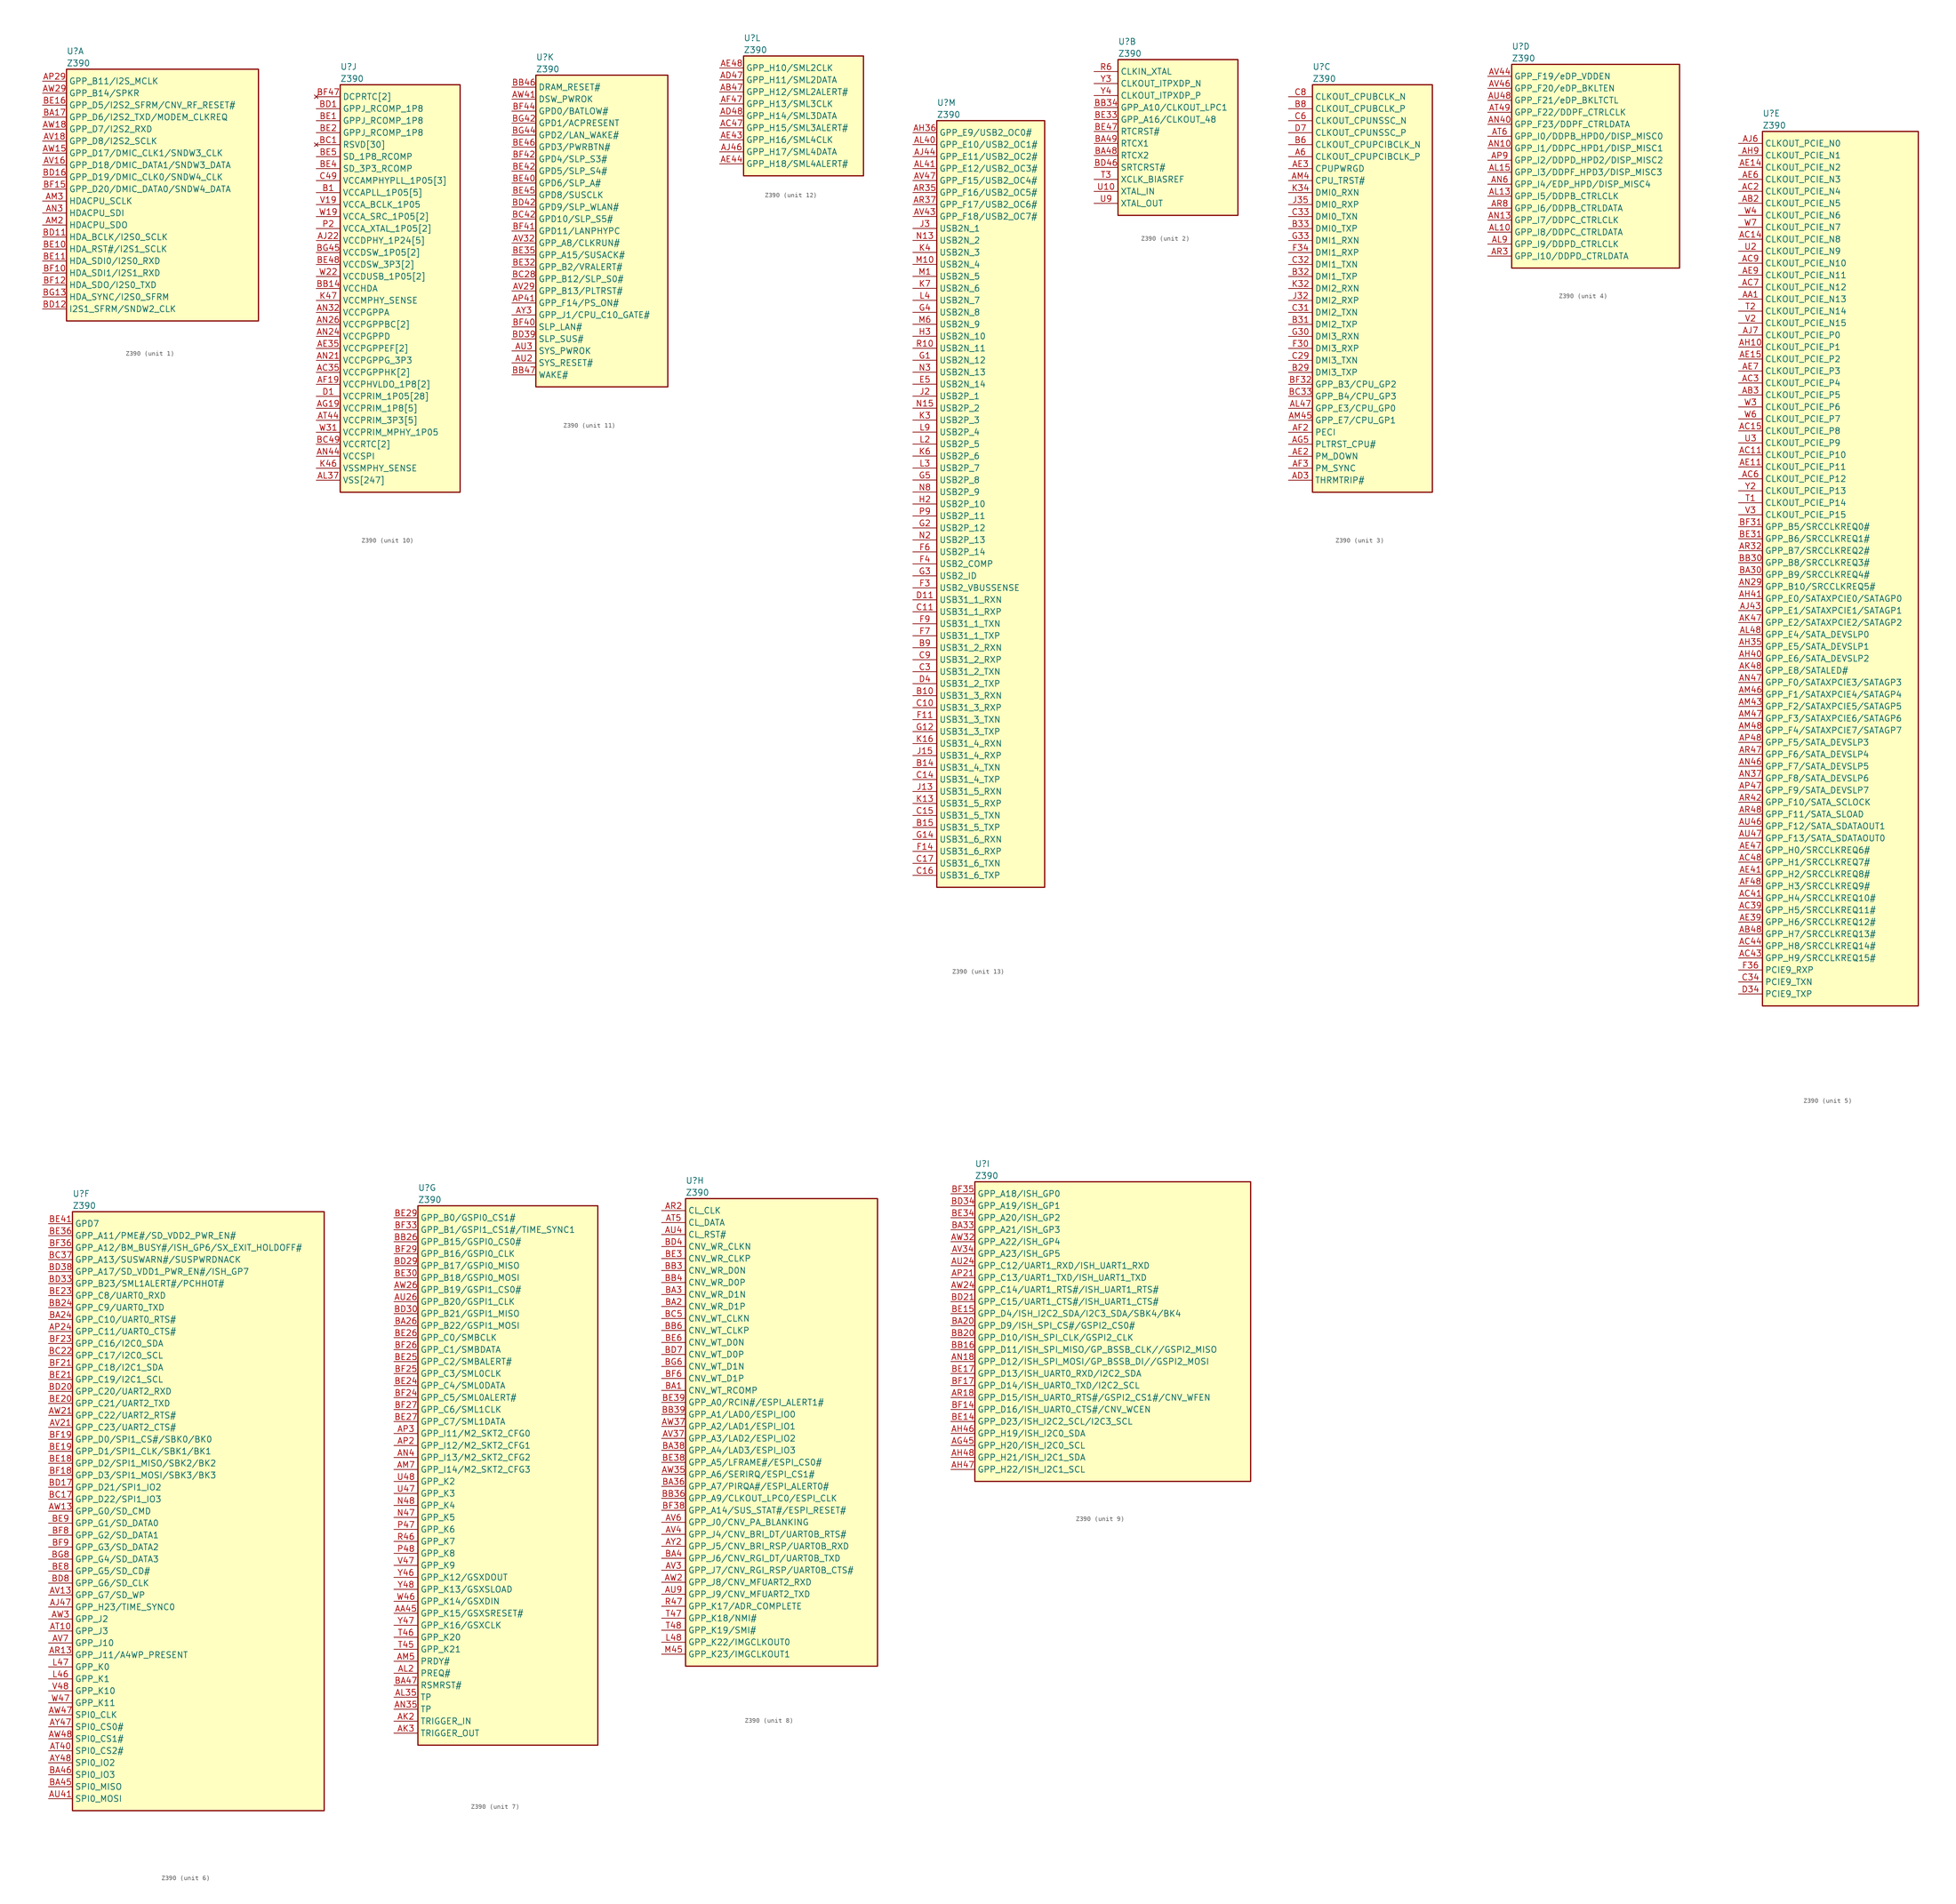
<source format=kicad_sym>
(kicad_symbol_lib
  (version 20211014)
  (generator kicad_symbol_editor)
  (symbol "﻿Z390"
    (property "Reference" "U"
      (at 5.08 6.35 0)
      (effects (font (size 1.27 1.27)) (justify left)))
    (property "Value" "﻿Z390"
      (at 5.08 3.81 0)
      (effects (font (size 1.27 1.27)) (justify left)))
    (property "ki_locked" ""
      (at 0 0 0)
      (effects (font (size 1.27 1.27))))
    (symbol "﻿Z390_1_1"
      (rectangle (start 5.08 2.54) (end 45.72 -50.8) (stroke (width 0.254) (type default) (color 0 0 0 0)) (fill (type background)))
      (pin output line (at 0 -30.48 0) (length 5.08) (name "HDACPU_SDO" (effects (font (size 1.27 1.27)))) (number "AM2" (effects (font (size 1.27 1.27)))))
      (pin output line (at 0 -25.4 0) (length 5.08) (name "HDACPU_SCLK" (effects (font (size 1.27 1.27)))) (number "AM3" (effects (font (size 1.27 1.27)))))
      (pin input line (at 0 -27.94 0) (length 5.08) (name "HDACPU_SDI" (effects (font (size 1.27 1.27)))) (number "AN3" (effects (font (size 1.27 1.27)))))
      (pin output line (at 0 0 0) (length 5.08) (name "GPP_B11/I2S_MCLK" (effects (font (size 1.27 1.27)))) (number "AP29" (effects (font (size 1.27 1.27)))))
      (pin bidirectional line (at 0 -17.78 0) (length 5.08) (name "GPP_D18/DMIC_DATA1/SNDW3_DATA" (effects (font (size 1.27 1.27)))) (number "AV16" (effects (font (size 1.27 1.27)))))
      (pin output line (at 0 -12.7 0) (length 5.08) (name "GPP_D8/I2S2_SCLK" (effects (font (size 1.27 1.27)))) (number "AV18" (effects (font (size 1.27 1.27)))))
      (pin output line (at 0 -15.24 0) (length 5.08) (name "GPP_D17/DMIC_CLK1/SNDW3_CLK" (effects (font (size 1.27 1.27)))) (number "AW15" (effects (font (size 1.27 1.27)))))
      (pin input line (at 0 -10.16 0) (length 5.08) (name "GPP_D7/I2S2_RXD" (effects (font (size 1.27 1.27)))) (number "AW18" (effects (font (size 1.27 1.27)))))
      (pin output line (at 0 -2.54 0) (length 5.08) (name "GPP_B14/SPKR" (effects (font (size 1.27 1.27)))) (number "AW29" (effects (font (size 1.27 1.27)))))
      (pin output line (at 0 -7.62 0) (length 5.08) (name "GPP_D6/I2S2_TXD/MODEM_CLKREQ" (effects (font (size 1.27 1.27)))) (number "BA17" (effects (font (size 1.27 1.27)))))
      (pin output line (at 0 -33.02 0) (length 5.08) (name "HDA_BCLK/I2S0_SCLK" (effects (font (size 1.27 1.27)))) (number "BD11" (effects (font (size 1.27 1.27)))))
      (pin output line (at 0 -48.26 0) (length 5.08) (name "I2S1_SFRM/SNDW2_CLK" (effects (font (size 1.27 1.27)))) (number "BD12" (effects (font (size 1.27 1.27)))))
      (pin output line (at 0 -20.32 0) (length 5.08) (name "GPP_D19/DMIC_CLK0/SNDW4_CLK" (effects (font (size 1.27 1.27)))) (number "BD16" (effects (font (size 1.27 1.27)))))
      (pin output line (at 0 -35.56 0) (length 5.08) (name "HDA_RST#/I2S1_SCLK" (effects (font (size 1.27 1.27)))) (number "BE10" (effects (font (size 1.27 1.27)))))
      (pin bidirectional line (at 0 -38.1 0) (length 5.08) (name "HDA_SDI0/I2S0_RXD" (effects (font (size 1.27 1.27)))) (number "BE11" (effects (font (size 1.27 1.27)))))
      (pin output line (at 0 -5.08 0) (length 5.08) (name "GPP_D5/I2S2_SFRM/CNV_RF_RESET#" (effects (font (size 1.27 1.27)))) (number "BE16" (effects (font (size 1.27 1.27)))))
      (pin bidirectional line (at 0 -40.64 0) (length 5.08) (name "HDA_SDI1/I2S1_RXD" (effects (font (size 1.27 1.27)))) (number "BF10" (effects (font (size 1.27 1.27)))))
      (pin output line (at 0 -43.18 0) (length 5.08) (name "HDA_SDO/I2S0_TXD" (effects (font (size 1.27 1.27)))) (number "BF12" (effects (font (size 1.27 1.27)))))
      (pin bidirectional line (at 0 -22.86 0) (length 5.08) (name "GPP_D20/DMIC_DATA0/SNDW4_DATA" (effects (font (size 1.27 1.27)))) (number "BF15" (effects (font (size 1.27 1.27)))))
      (pin output line (at 0 -45.72 0) (length 5.08) (name "HDA_SYNC/I2S0_SFRM" (effects (font (size 1.27 1.27)))) (number "BG13" (effects (font (size 1.27 1.27))))))
    (symbol "﻿Z390_2_1"
      (rectangle (start 5.08 2.54) (end 30.48 -30.48) (stroke (width 0.254) (type default) (color 0 0 0 0)) (fill (type background)))
      (pin output line (at 0 -17.78 0) (length 5.08) (name "RTCX2" (effects (font (size 1.27 1.27)))) (number "BA48" (effects (font (size 1.27 1.27)))))
      (pin input line (at 0 -15.24 0) (length 5.08) (name "RTCX1" (effects (font (size 1.27 1.27)))) (number "BA49" (effects (font (size 1.27 1.27)))))
      (pin output line (at 0 -7.62 0) (length 5.08) (name "GPP_A10/CLKOUT_LPC1" (effects (font (size 1.27 1.27)))) (number "BB34" (effects (font (size 1.27 1.27)))))
      (pin input line (at 0 -20.32 0) (length 5.08) (name "SRTCRST#" (effects (font (size 1.27 1.27)))) (number "BD46" (effects (font (size 1.27 1.27)))))
      (pin output line (at 0 -10.16 0) (length 5.08) (name "GPP_A16/CLKOUT_48" (effects (font (size 1.27 1.27)))) (number "BE33" (effects (font (size 1.27 1.27)))))
      (pin input line (at 0 -12.7 0) (length 5.08) (name "RTCRST#" (effects (font (size 1.27 1.27)))) (number "BE47" (effects (font (size 1.27 1.27)))))
      (pin input line (at 0 0 0) (length 5.08) (name "CLKIN_XTAL" (effects (font (size 1.27 1.27)))) (number "R6" (effects (font (size 1.27 1.27)))))
      (pin bidirectional line (at 0 -22.86 0) (length 5.08) (name "XCLK_BIASREF" (effects (font (size 1.27 1.27)))) (number "T3" (effects (font (size 1.27 1.27)))))
      (pin input line (at 0 -25.4 0) (length 5.08) (name "XTAL_IN" (effects (font (size 1.27 1.27)))) (number "U10" (effects (font (size 1.27 1.27)))))
      (pin output line (at 0 -27.94 0) (length 5.08) (name "XTAL_OUT" (effects (font (size 1.27 1.27)))) (number "U9" (effects (font (size 1.27 1.27)))))
      (pin output line (at 0 -2.54 0) (length 5.08) (name "CLKOUT_ITPXDP_N" (effects (font (size 1.27 1.27)))) (number "Y3" (effects (font (size 1.27 1.27)))))
      (pin output line (at 0 -5.08 0) (length 5.08) (name "CLKOUT_ITPXDP_P" (effects (font (size 1.27 1.27)))) (number "Y4" (effects (font (size 1.27 1.27))))))
    (symbol "﻿Z390_3_1"
      (rectangle (start 5.08 2.54) (end 30.48 -83.82) (stroke (width 0.254) (type default) (color 0 0 0 0)) (fill (type background)))
      (pin output line (at 0 -12.7 0) (length 5.08) (name "CLKOUT_CPUPCIBCLK_P" (effects (font (size 1.27 1.27)))) (number "A6" (effects (font (size 1.27 1.27)))))
      (pin input line (at 0 -81.28 0) (length 5.08) (name "THRMTRIP#" (effects (font (size 1.27 1.27)))) (number "AD3" (effects (font (size 1.27 1.27)))))
      (pin input line (at 0 -76.2 0) (length 5.08) (name "PM_DOWN" (effects (font (size 1.27 1.27)))) (number "AE2" (effects (font (size 1.27 1.27)))))
      (pin output line (at 0 -15.24 0) (length 5.08) (name "CPUPWRGD" (effects (font (size 1.27 1.27)))) (number "AE3" (effects (font (size 1.27 1.27)))))
      (pin bidirectional line (at 0 -71.12 0) (length 5.08) (name "PECI" (effects (font (size 1.27 1.27)))) (number "AF2" (effects (font (size 1.27 1.27)))))
      (pin output line (at 0 -78.74 0) (length 5.08) (name "PM_SYNC" (effects (font (size 1.27 1.27)))) (number "AF3" (effects (font (size 1.27 1.27)))))
      (pin output line (at 0 -73.66 0) (length 5.08) (name "PLTRST_CPU#" (effects (font (size 1.27 1.27)))) (number "AG5" (effects (font (size 1.27 1.27)))))
      (pin input line (at 0 -66.04 0) (length 5.08) (name "GPP_E3/CPU_GP0" (effects (font (size 1.27 1.27)))) (number "AL47" (effects (font (size 1.27 1.27)))))
      (pin bidirectional line (at 0 -17.78 0) (length 5.08) (name "CPU_TRST#" (effects (font (size 1.27 1.27)))) (number "AM4" (effects (font (size 1.27 1.27)))))
      (pin input line (at 0 -68.58 0) (length 5.08) (name "GPP_E7/CPU_GP1" (effects (font (size 1.27 1.27)))) (number "AM45" (effects (font (size 1.27 1.27)))))
      (pin output line (at 0 -58.42 0) (length 5.08) (name "DMI3_TXP" (effects (font (size 1.27 1.27)))) (number "B29" (effects (font (size 1.27 1.27)))))
      (pin output line (at 0 -48.26 0) (length 5.08) (name "DMI2_TXP" (effects (font (size 1.27 1.27)))) (number "B31" (effects (font (size 1.27 1.27)))))
      (pin output line (at 0 -38.1 0) (length 5.08) (name "DMI1_TXP" (effects (font (size 1.27 1.27)))) (number "B32" (effects (font (size 1.27 1.27)))))
      (pin output line (at 0 -27.94 0) (length 5.08) (name "DMI0_TXP" (effects (font (size 1.27 1.27)))) (number "B33" (effects (font (size 1.27 1.27)))))
      (pin output line (at 0 -10.16 0) (length 5.08) (name "CLKOUT_CPUPCIBCLK_N" (effects (font (size 1.27 1.27)))) (number "B6" (effects (font (size 1.27 1.27)))))
      (pin output line (at 0 -2.54 0) (length 5.08) (name "CLKOUT_CPUBCLK_P" (effects (font (size 1.27 1.27)))) (number "B8" (effects (font (size 1.27 1.27)))))
      (pin input line (at 0 -63.5 0) (length 5.08) (name "GPP_B4/CPU_GP3" (effects (font (size 1.27 1.27)))) (number "BC33" (effects (font (size 1.27 1.27)))))
      (pin input line (at 0 -60.96 0) (length 5.08) (name "GPP_B3/CPU_GP2" (effects (font (size 1.27 1.27)))) (number "BF32" (effects (font (size 1.27 1.27)))))
      (pin output line (at 0 -55.88 0) (length 5.08) (name "DMI3_TXN" (effects (font (size 1.27 1.27)))) (number "C29" (effects (font (size 1.27 1.27)))))
      (pin output line (at 0 -45.72 0) (length 5.08) (name "DMI2_TXN" (effects (font (size 1.27 1.27)))) (number "C31" (effects (font (size 1.27 1.27)))))
      (pin output line (at 0 -35.56 0) (length 5.08) (name "DMI1_TXN" (effects (font (size 1.27 1.27)))) (number "C32" (effects (font (size 1.27 1.27)))))
      (pin output line (at 0 -25.4 0) (length 5.08) (name "DMI0_TXN" (effects (font (size 1.27 1.27)))) (number "C33" (effects (font (size 1.27 1.27)))))
      (pin output line (at 0 -5.08 0) (length 5.08) (name "CLKOUT_CPUNSSC_N" (effects (font (size 1.27 1.27)))) (number "C6" (effects (font (size 1.27 1.27)))))
      (pin output line (at 0 0 0) (length 5.08) (name "CLKOUT_CPUBCLK_N" (effects (font (size 1.27 1.27)))) (number "C8" (effects (font (size 1.27 1.27)))))
      (pin output line (at 0 -7.62 0) (length 5.08) (name "CLKOUT_CPUNSSC_P" (effects (font (size 1.27 1.27)))) (number "D7" (effects (font (size 1.27 1.27)))))
      (pin input line (at 0 -53.34 0) (length 5.08) (name "DMI3_RXP" (effects (font (size 1.27 1.27)))) (number "F30" (effects (font (size 1.27 1.27)))))
      (pin input line (at 0 -33.02 0) (length 5.08) (name "DMI1_RXP" (effects (font (size 1.27 1.27)))) (number "F34" (effects (font (size 1.27 1.27)))))
      (pin input line (at 0 -50.8 0) (length 5.08) (name "DMI3_RXN" (effects (font (size 1.27 1.27)))) (number "G30" (effects (font (size 1.27 1.27)))))
      (pin input line (at 0 -30.48 0) (length 5.08) (name "DMI1_RXN" (effects (font (size 1.27 1.27)))) (number "G33" (effects (font (size 1.27 1.27)))))
      (pin input line (at 0 -43.18 0) (length 5.08) (name "DMI2_RXP" (effects (font (size 1.27 1.27)))) (number "J32" (effects (font (size 1.27 1.27)))))
      (pin input line (at 0 -22.86 0) (length 5.08) (name "DMI0_RXP" (effects (font (size 1.27 1.27)))) (number "J35" (effects (font (size 1.27 1.27)))))
      (pin input line (at 0 -40.64 0) (length 5.08) (name "DMI2_RXN" (effects (font (size 1.27 1.27)))) (number "K32" (effects (font (size 1.27 1.27)))))
      (pin input line (at 0 -20.32 0) (length 5.08) (name "DMI0_RXN" (effects (font (size 1.27 1.27)))) (number "K34" (effects (font (size 1.27 1.27))))))
    (symbol "﻿Z390_4_1"
      (rectangle (start 5.08 2.54) (end 40.64 -40.64) (stroke (width 0.254) (type default) (color 0 0 0 0)) (fill (type background)))
      (pin bidirectional line (at 0 -33.02 0) (length 5.08) (name "GPP_I8/DDPC_CTRLDATA" (effects (font (size 1.27 1.27)))) (number "AL10" (effects (font (size 1.27 1.27)))))
      (pin bidirectional line (at 0 -25.4 0) (length 5.08) (name "GPP_I5/DDPB_CTRLCLK" (effects (font (size 1.27 1.27)))) (number "AL13" (effects (font (size 1.27 1.27)))))
      (pin input line (at 0 -20.32 0) (length 5.08) (name "GPP_I3/DDPF_HPD3/DISP_MISC3" (effects (font (size 1.27 1.27)))) (number "AL15" (effects (font (size 1.27 1.27)))))
      (pin bidirectional line (at 0 -35.56 0) (length 5.08) (name "GPP_I9/DDPD_CTRLCLK" (effects (font (size 1.27 1.27)))) (number "AL9" (effects (font (size 1.27 1.27)))))
      (pin input line (at 0 -15.24 0) (length 5.08) (name "GPP_I1/DDPC_HPD1/DISP_MISC1" (effects (font (size 1.27 1.27)))) (number "AN10" (effects (font (size 1.27 1.27)))))
      (pin bidirectional line (at 0 -30.48 0) (length 5.08) (name "GPP_I7/DDPC_CTRLCLK" (effects (font (size 1.27 1.27)))) (number "AN13" (effects (font (size 1.27 1.27)))))
      (pin bidirectional line (at 0 -10.16 0) (length 5.08) (name "GPP_F23/DDPF_CTRLDATA" (effects (font (size 1.27 1.27)))) (number "AN40" (effects (font (size 1.27 1.27)))))
      (pin input line (at 0 -22.86 0) (length 5.08) (name "GPP_I4/EDP_HPD/DISP_MISC4" (effects (font (size 1.27 1.27)))) (number "AN6" (effects (font (size 1.27 1.27)))))
      (pin input line (at 0 -17.78 0) (length 5.08) (name "GPP_I2/DDPD_HPD2/DISP_MISC2" (effects (font (size 1.27 1.27)))) (number "AP9" (effects (font (size 1.27 1.27)))))
      (pin bidirectional line (at 0 -38.1 0) (length 5.08) (name "GPP_I10/DDPD_CTRLDATA" (effects (font (size 1.27 1.27)))) (number "AR3" (effects (font (size 1.27 1.27)))))
      (pin bidirectional line (at 0 -27.94 0) (length 5.08) (name "GPP_I6/DDPB_CTRLDATA" (effects (font (size 1.27 1.27)))) (number "AR8" (effects (font (size 1.27 1.27)))))
      (pin bidirectional line (at 0 -7.62 0) (length 5.08) (name "GPP_F22/DDPF_CTRLCLK" (effects (font (size 1.27 1.27)))) (number "AT49" (effects (font (size 1.27 1.27)))))
      (pin input line (at 0 -12.7 0) (length 5.08) (name "GPP_I0/DDPB_HPD0/DISP_MISC0" (effects (font (size 1.27 1.27)))) (number "AT6" (effects (font (size 1.27 1.27)))))
      (pin output line (at 0 -5.08 0) (length 5.08) (name "GPP_F21/eDP_BKLTCTL" (effects (font (size 1.27 1.27)))) (number "AU48" (effects (font (size 1.27 1.27)))))
      (pin output line (at 0 0 0) (length 5.08) (name "GPP_F19/eDP_VDDEN" (effects (font (size 1.27 1.27)))) (number "AV44" (effects (font (size 1.27 1.27)))))
      (pin output line (at 0 -2.54 0) (length 5.08) (name "GPP_F20/eDP_BKLTEN" (effects (font (size 1.27 1.27)))) (number "AV46" (effects (font (size 1.27 1.27))))))
    (symbol "﻿Z390_5_1"
      (rectangle (start 5.08 2.54) (end 38.1 -182.88) (stroke (width 0.254) (type default) (color 0 0 0 0)) (fill (type background)))
      (pin output line (at 0 -33.02 0) (length 5.08) (name "CLKOUT_PCIE_N13" (effects (font (size 1.27 1.27)))) (number "AA1" (effects (font (size 1.27 1.27)))))
      (pin output line (at 0 -12.7 0) (length 5.08) (name "CLKOUT_PCIE_N5" (effects (font (size 1.27 1.27)))) (number "AB2" (effects (font (size 1.27 1.27)))))
      (pin output line (at 0 -53.34 0) (length 5.08) (name "CLKOUT_PCIE_P5" (effects (font (size 1.27 1.27)))) (number "AB3" (effects (font (size 1.27 1.27)))))
      (pin bidirectional line (at 0 -167.64 0) (length 5.08) (name "GPP_H7/SRCCLKREQ13#" (effects (font (size 1.27 1.27)))) (number "AB48" (effects (font (size 1.27 1.27)))))
      (pin output line (at 0 -66.04 0) (length 5.08) (name "CLKOUT_PCIE_P10" (effects (font (size 1.27 1.27)))) (number "AC11" (effects (font (size 1.27 1.27)))))
      (pin output line (at 0 -20.32 0) (length 5.08) (name "CLKOUT_PCIE_N8" (effects (font (size 1.27 1.27)))) (number "AC14" (effects (font (size 1.27 1.27)))))
      (pin output line (at 0 -60.96 0) (length 5.08) (name "CLKOUT_PCIE_P8" (effects (font (size 1.27 1.27)))) (number "AC15" (effects (font (size 1.27 1.27)))))
      (pin output line (at 0 -10.16 0) (length 5.08) (name "CLKOUT_PCIE_N4" (effects (font (size 1.27 1.27)))) (number "AC2" (effects (font (size 1.27 1.27)))))
      (pin output line (at 0 -50.8 0) (length 5.08) (name "CLKOUT_PCIE_P4" (effects (font (size 1.27 1.27)))) (number "AC3" (effects (font (size 1.27 1.27)))))
      (pin bidirectional line (at 0 -162.56 0) (length 5.08) (name "GPP_H5/SRCCLKREQ11#" (effects (font (size 1.27 1.27)))) (number "AC39" (effects (font (size 1.27 1.27)))))
      (pin bidirectional line (at 0 -160.02 0) (length 5.08) (name "GPP_H4/SRCCLKREQ10#" (effects (font (size 1.27 1.27)))) (number "AC41" (effects (font (size 1.27 1.27)))))
      (pin bidirectional line (at 0 -172.72 0) (length 5.08) (name "GPP_H9/SRCCLKREQ15#" (effects (font (size 1.27 1.27)))) (number "AC43" (effects (font (size 1.27 1.27)))))
      (pin bidirectional line (at 0 -170.18 0) (length 5.08) (name "GPP_H8/SRCCLKREQ14#" (effects (font (size 1.27 1.27)))) (number "AC44" (effects (font (size 1.27 1.27)))))
      (pin bidirectional line (at 0 -152.4 0) (length 5.08) (name "GPP_H1/SRCCLKREQ7#" (effects (font (size 1.27 1.27)))) (number "AC48" (effects (font (size 1.27 1.27)))))
      (pin output line (at 0 -71.12 0) (length 5.08) (name "CLKOUT_PCIE_P12" (effects (font (size 1.27 1.27)))) (number "AC6" (effects (font (size 1.27 1.27)))))
      (pin output line (at 0 -30.48 0) (length 5.08) (name "CLKOUT_PCIE_N12" (effects (font (size 1.27 1.27)))) (number "AC7" (effects (font (size 1.27 1.27)))))
      (pin output line (at 0 -25.4 0) (length 5.08) (name "CLKOUT_PCIE_N10" (effects (font (size 1.27 1.27)))) (number "AC9" (effects (font (size 1.27 1.27)))))
      (pin output line (at 0 -68.58 0) (length 5.08) (name "CLKOUT_PCIE_P11" (effects (font (size 1.27 1.27)))) (number "AE11" (effects (font (size 1.27 1.27)))))
      (pin output line (at 0 -5.08 0) (length 5.08) (name "CLKOUT_PCIE_N2" (effects (font (size 1.27 1.27)))) (number "AE14" (effects (font (size 1.27 1.27)))))
      (pin output line (at 0 -45.72 0) (length 5.08) (name "CLKOUT_PCIE_P2" (effects (font (size 1.27 1.27)))) (number "AE15" (effects (font (size 1.27 1.27)))))
      (pin bidirectional line (at 0 -165.1 0) (length 5.08) (name "GPP_H6/SRCCLKREQ12#" (effects (font (size 1.27 1.27)))) (number "AE39" (effects (font (size 1.27 1.27)))))
      (pin bidirectional line (at 0 -154.94 0) (length 5.08) (name "GPP_H2/SRCCLKREQ8#" (effects (font (size 1.27 1.27)))) (number "AE41" (effects (font (size 1.27 1.27)))))
      (pin bidirectional line (at 0 -149.86 0) (length 5.08) (name "GPP_H0/SRCCLKREQ6#" (effects (font (size 1.27 1.27)))) (number "AE47" (effects (font (size 1.27 1.27)))))
      (pin output line (at 0 -7.62 0) (length 5.08) (name "CLKOUT_PCIE_N3" (effects (font (size 1.27 1.27)))) (number "AE6" (effects (font (size 1.27 1.27)))))
      (pin output line (at 0 -48.26 0) (length 5.08) (name "CLKOUT_PCIE_P3" (effects (font (size 1.27 1.27)))) (number "AE7" (effects (font (size 1.27 1.27)))))
      (pin output line (at 0 -27.94 0) (length 5.08) (name "CLKOUT_PCIE_N11" (effects (font (size 1.27 1.27)))) (number "AE9" (effects (font (size 1.27 1.27)))))
      (pin bidirectional line (at 0 -157.48 0) (length 5.08) (name "GPP_H3/SRCCLKREQ9#" (effects (font (size 1.27 1.27)))) (number "AF48" (effects (font (size 1.27 1.27)))))
      (pin output line (at 0 -43.18 0) (length 5.08) (name "CLKOUT_PCIE_P1" (effects (font (size 1.27 1.27)))) (number "AH10" (effects (font (size 1.27 1.27)))))
      (pin bidirectional line (at 0 -106.68 0) (length 5.08) (name "GPP_E5/SATA_DEVSLP1" (effects (font (size 1.27 1.27)))) (number "AH35" (effects (font (size 1.27 1.27)))))
      (pin bidirectional line (at 0 -109.22 0) (length 5.08) (name "GPP_E6/SATA_DEVSLP2" (effects (font (size 1.27 1.27)))) (number "AH40" (effects (font (size 1.27 1.27)))))
      (pin bidirectional line (at 0 -96.52 0) (length 5.08) (name "GPP_E0/SATAXPCIE0/SATAGP0" (effects (font (size 1.27 1.27)))) (number "AH41" (effects (font (size 1.27 1.27)))))
      (pin output line (at 0 -2.54 0) (length 5.08) (name "CLKOUT_PCIE_N1" (effects (font (size 1.27 1.27)))) (number "AH9" (effects (font (size 1.27 1.27)))))
      (pin bidirectional line (at 0 -99.06 0) (length 5.08) (name "GPP_E1/SATAXPCIE1/SATAGP1" (effects (font (size 1.27 1.27)))) (number "AJ43" (effects (font (size 1.27 1.27)))))
      (pin output line (at 0 0 0) (length 5.08) (name "CLKOUT_PCIE_N0" (effects (font (size 1.27 1.27)))) (number "AJ6" (effects (font (size 1.27 1.27)))))
      (pin output line (at 0 -40.64 0) (length 5.08) (name "CLKOUT_PCIE_P0" (effects (font (size 1.27 1.27)))) (number "AJ7" (effects (font (size 1.27 1.27)))))
      (pin bidirectional line (at 0 -101.6 0) (length 5.08) (name "GPP_E2/SATAXPCIE2/SATAGP2" (effects (font (size 1.27 1.27)))) (number "AK47" (effects (font (size 1.27 1.27)))))
      (pin output line (at 0 -111.76 0) (length 5.08) (name "GPP_E8/SATALED#" (effects (font (size 1.27 1.27)))) (number "AK48" (effects (font (size 1.27 1.27)))))
      (pin bidirectional line (at 0 -104.14 0) (length 5.08) (name "GPP_E4/SATA_DEVSLP0" (effects (font (size 1.27 1.27)))) (number "AL48" (effects (font (size 1.27 1.27)))))
      (pin bidirectional line (at 0 -119.38 0) (length 5.08) (name "GPP_F2/SATAXPCIE5/SATAGP5" (effects (font (size 1.27 1.27)))) (number "AM43" (effects (font (size 1.27 1.27)))))
      (pin bidirectional line (at 0 -116.84 0) (length 5.08) (name "GPP_F1/SATAXPCIE4/SATAGP4" (effects (font (size 1.27 1.27)))) (number "AM46" (effects (font (size 1.27 1.27)))))
      (pin bidirectional line (at 0 -121.92 0) (length 5.08) (name "GPP_F3/SATAXPCIE6/SATAGP6" (effects (font (size 1.27 1.27)))) (number "AM47" (effects (font (size 1.27 1.27)))))
      (pin bidirectional line (at 0 -124.46 0) (length 5.08) (name "GPP_F4/SATAXPCIE7/SATAGP7" (effects (font (size 1.27 1.27)))) (number "AM48" (effects (font (size 1.27 1.27)))))
      (pin bidirectional line (at 0 -93.98 0) (length 5.08) (name "GPP_B10/SRCCLKREQ5#" (effects (font (size 1.27 1.27)))) (number "AN29" (effects (font (size 1.27 1.27)))))
      (pin bidirectional line (at 0 -134.62 0) (length 5.08) (name "GPP_F8/SATA_DEVSLP6" (effects (font (size 1.27 1.27)))) (number "AN37" (effects (font (size 1.27 1.27)))))
      (pin bidirectional line (at 0 -132.08 0) (length 5.08) (name "GPP_F7/SATA_DEVSLP5" (effects (font (size 1.27 1.27)))) (number "AN46" (effects (font (size 1.27 1.27)))))
      (pin bidirectional line (at 0 -114.3 0) (length 5.08) (name "GPP_F0/SATAXPCIE3/SATAGP3" (effects (font (size 1.27 1.27)))) (number "AN47" (effects (font (size 1.27 1.27)))))
      (pin bidirectional line (at 0 -137.16 0) (length 5.08) (name "GPP_F9/SATA_DEVSLP7" (effects (font (size 1.27 1.27)))) (number "AP47" (effects (font (size 1.27 1.27)))))
      (pin bidirectional line (at 0 -127 0) (length 5.08) (name "GPP_F5/SATA_DEVSLP3" (effects (font (size 1.27 1.27)))) (number "AP48" (effects (font (size 1.27 1.27)))))
      (pin bidirectional line (at 0 -86.36 0) (length 5.08) (name "GPP_B7/SRCCLKREQ2#" (effects (font (size 1.27 1.27)))) (number "AR32" (effects (font (size 1.27 1.27)))))
      (pin bidirectional line (at 0 -139.7 0) (length 5.08) (name "GPP_F10/SATA_SCLOCK" (effects (font (size 1.27 1.27)))) (number "AR42" (effects (font (size 1.27 1.27)))))
      (pin bidirectional line (at 0 -129.54 0) (length 5.08) (name "GPP_F6/SATA_DEVSLP4" (effects (font (size 1.27 1.27)))) (number "AR47" (effects (font (size 1.27 1.27)))))
      (pin bidirectional line (at 0 -142.24 0) (length 5.08) (name "GPP_F11/SATA_SLOAD" (effects (font (size 1.27 1.27)))) (number "AR48" (effects (font (size 1.27 1.27)))))
      (pin bidirectional line (at 0 -144.78 0) (length 5.08) (name "GPP_F12/SATA_SDATAOUT1" (effects (font (size 1.27 1.27)))) (number "AU46" (effects (font (size 1.27 1.27)))))
      (pin bidirectional line (at 0 -147.32 0) (length 5.08) (name "GPP_F13/SATA_SDATAOUT0" (effects (font (size 1.27 1.27)))) (number "AU47" (effects (font (size 1.27 1.27)))))
      (pin bidirectional line (at 0 -91.44 0) (length 5.08) (name "GPP_B9/SRCCLKREQ4#" (effects (font (size 1.27 1.27)))) (number "BA30" (effects (font (size 1.27 1.27)))))
      (pin bidirectional line (at 0 -88.9 0) (length 5.08) (name "GPP_B8/SRCCLKREQ3#" (effects (font (size 1.27 1.27)))) (number "BB30" (effects (font (size 1.27 1.27)))))
      (pin bidirectional line (at 0 -83.82 0) (length 5.08) (name "GPP_B6/SRCCLKREQ1#" (effects (font (size 1.27 1.27)))) (number "BE31" (effects (font (size 1.27 1.27)))))
      (pin bidirectional line (at 0 -81.28 0) (length 5.08) (name "GPP_B5/SRCCLKREQ0#" (effects (font (size 1.27 1.27)))) (number "BF31" (effects (font (size 1.27 1.27)))))
      (pin output line (at 0 -177.8 0) (length 5.08) (name "PCIE9_TXN" (effects (font (size 1.27 1.27)))) (number "C34" (effects (font (size 1.27 1.27)))))
      (pin output line (at 0 -180.34 0) (length 5.08) (name "PCIE9_TXP" (effects (font (size 1.27 1.27)))) (number "D34" (effects (font (size 1.27 1.27)))))
      (pin input line (at 0 -175.26 0) (length 5.08) (name "PCIE9_RXP" (effects (font (size 1.27 1.27)))) (number "F36" (effects (font (size 1.27 1.27)))))
      (pin output line (at 0 -76.2 0) (length 5.08) (name "CLKOUT_PCIE_P14" (effects (font (size 1.27 1.27)))) (number "T1" (effects (font (size 1.27 1.27)))))
      (pin output line (at 0 -35.56 0) (length 5.08) (name "CLKOUT_PCIE_N14" (effects (font (size 1.27 1.27)))) (number "T2" (effects (font (size 1.27 1.27)))))
      (pin output line (at 0 -22.86 0) (length 5.08) (name "CLKOUT_PCIE_N9" (effects (font (size 1.27 1.27)))) (number "U2" (effects (font (size 1.27 1.27)))))
      (pin output line (at 0 -63.5 0) (length 5.08) (name "CLKOUT_PCIE_P9" (effects (font (size 1.27 1.27)))) (number "U3" (effects (font (size 1.27 1.27)))))
      (pin output line (at 0 -38.1 0) (length 5.08) (name "CLKOUT_PCIE_N15" (effects (font (size 1.27 1.27)))) (number "V2" (effects (font (size 1.27 1.27)))))
      (pin output line (at 0 -78.74 0) (length 5.08) (name "CLKOUT_PCIE_P15" (effects (font (size 1.27 1.27)))) (number "V3" (effects (font (size 1.27 1.27)))))
      (pin output line (at 0 -55.88 0) (length 5.08) (name "CLKOUT_PCIE_P6" (effects (font (size 1.27 1.27)))) (number "W3" (effects (font (size 1.27 1.27)))))
      (pin output line (at 0 -15.24 0) (length 5.08) (name "CLKOUT_PCIE_N6" (effects (font (size 1.27 1.27)))) (number "W4" (effects (font (size 1.27 1.27)))))
      (pin output line (at 0 -58.42 0) (length 5.08) (name "CLKOUT_PCIE_P7" (effects (font (size 1.27 1.27)))) (number "W6" (effects (font (size 1.27 1.27)))))
      (pin output line (at 0 -17.78 0) (length 5.08) (name "CLKOUT_PCIE_N7" (effects (font (size 1.27 1.27)))) (number "W7" (effects (font (size 1.27 1.27)))))
      (pin output line (at 0 -73.66 0) (length 5.08) (name "CLKOUT_PCIE_P13" (effects (font (size 1.27 1.27)))) (number "Y2" (effects (font (size 1.27 1.27))))))
    (symbol "﻿Z390_6_1"
      (rectangle (start 5.08 2.54) (end 58.42 -124.46) (stroke (width 0.254) (type default) (color 0 0 0 0)) (fill (type background)))
      (pin input line (at 0 -81.28 0) (length 5.08) (name "GPP_H23/TIME_SYNC0" (effects (font (size 1.27 1.27)))) (number "AJ47" (effects (font (size 1.27 1.27)))))
      (pin input line (at 0 -22.86 0) (length 5.08) (name "GPP_C11/UART0_CTS#" (effects (font (size 1.27 1.27)))) (number "AP24" (effects (font (size 1.27 1.27)))))
      (pin bidirectional line (at 0 -91.44 0) (length 5.08) (name "GPP_J11/A4WP_PRESENT" (effects (font (size 1.27 1.27)))) (number "AR13" (effects (font (size 1.27 1.27)))))
      (pin bidirectional line (at 0 -86.36 0) (length 5.08) (name "GPP_J3" (effects (font (size 1.27 1.27)))) (number "AT10" (effects (font (size 1.27 1.27)))))
      (pin output line (at 0 -111.76 0) (length 5.08) (name "SPI0_CS2#" (effects (font (size 1.27 1.27)))) (number "AT40" (effects (font (size 1.27 1.27)))))
      (pin output line (at 0 -121.92 0) (length 5.08) (name "SPI0_MOSI" (effects (font (size 1.27 1.27)))) (number "AU41" (effects (font (size 1.27 1.27)))))
      (pin bidirectional line (at 0 -78.74 0) (length 5.08) (name "GPP_G7/SD_WP" (effects (font (size 1.27 1.27)))) (number "AV13" (effects (font (size 1.27 1.27)))))
      (pin input line (at 0 -43.18 0) (length 5.08) (name "GPP_C23/UART2_CTS#" (effects (font (size 1.27 1.27)))) (number "AV21" (effects (font (size 1.27 1.27)))))
      (pin bidirectional line (at 0 -88.9 0) (length 5.08) (name "GPP_J10" (effects (font (size 1.27 1.27)))) (number "AV7" (effects (font (size 1.27 1.27)))))
      (pin bidirectional line (at 0 -60.96 0) (length 5.08) (name "GPP_G0/SD_CMD" (effects (font (size 1.27 1.27)))) (number "AW13" (effects (font (size 1.27 1.27)))))
      (pin output line (at 0 -40.64 0) (length 5.08) (name "GPP_C22/UART2_RTS#" (effects (font (size 1.27 1.27)))) (number "AW21" (effects (font (size 1.27 1.27)))))
      (pin bidirectional line (at 0 -83.82 0) (length 5.08) (name "GPP_J2" (effects (font (size 1.27 1.27)))) (number "AW3" (effects (font (size 1.27 1.27)))))
      (pin output line (at 0 -104.14 0) (length 5.08) (name "SPI0_CLK" (effects (font (size 1.27 1.27)))) (number "AW47" (effects (font (size 1.27 1.27)))))
      (pin output line (at 0 -109.22 0) (length 5.08) (name "SPI0_CS1#" (effects (font (size 1.27 1.27)))) (number "AW48" (effects (font (size 1.27 1.27)))))
      (pin output line (at 0 -106.68 0) (length 5.08) (name "SPI0_CS0#" (effects (font (size 1.27 1.27)))) (number "AY47" (effects (font (size 1.27 1.27)))))
      (pin bidirectional line (at 0 -114.3 0) (length 5.08) (name "SPI0_IO2" (effects (font (size 1.27 1.27)))) (number "AY48" (effects (font (size 1.27 1.27)))))
      (pin output line (at 0 -20.32 0) (length 5.08) (name "GPP_C10/UART0_RTS#" (effects (font (size 1.27 1.27)))) (number "BA24" (effects (font (size 1.27 1.27)))))
      (pin input line (at 0 -119.38 0) (length 5.08) (name "SPI0_MISO" (effects (font (size 1.27 1.27)))) (number "BA45" (effects (font (size 1.27 1.27)))))
      (pin bidirectional line (at 0 -116.84 0) (length 5.08) (name "SPI0_IO3" (effects (font (size 1.27 1.27)))) (number "BA46" (effects (font (size 1.27 1.27)))))
      (pin output line (at 0 -17.78 0) (length 5.08) (name "GPP_C9/UART0_TXD" (effects (font (size 1.27 1.27)))) (number "BB24" (effects (font (size 1.27 1.27)))))
      (pin bidirectional line (at 0 -58.42 0) (length 5.08) (name "GPP_D22/SPI1_IO3" (effects (font (size 1.27 1.27)))) (number "BC17" (effects (font (size 1.27 1.27)))))
      (pin bidirectional line (at 0 -27.94 0) (length 5.08) (name "GPP_C17/I2C0_SCL" (effects (font (size 1.27 1.27)))) (number "BC22" (effects (font (size 1.27 1.27)))))
      (pin output line (at 0 -7.62 0) (length 5.08) (name "GPP_A13/SUSWARN#/SUSPWRDNACK" (effects (font (size 1.27 1.27)))) (number "BC37" (effects (font (size 1.27 1.27)))))
      (pin bidirectional line (at 0 -55.88 0) (length 5.08) (name "GPP_D21/SPI1_IO2" (effects (font (size 1.27 1.27)))) (number "BD17" (effects (font (size 1.27 1.27)))))
      (pin input line (at 0 -35.56 0) (length 5.08) (name "GPP_C20/UART2_RXD" (effects (font (size 1.27 1.27)))) (number "BD20" (effects (font (size 1.27 1.27)))))
      (pin bidirectional line (at 0 -12.7 0) (length 5.08) (name "GPP_B23/SML1ALERT#/PCHHOT#" (effects (font (size 1.27 1.27)))) (number "BD33" (effects (font (size 1.27 1.27)))))
      (pin bidirectional line (at 0 -10.16 0) (length 5.08) (name "GPP_A17/SD_VDD1_PWR_EN#/ISH_GP7" (effects (font (size 1.27 1.27)))) (number "BD38" (effects (font (size 1.27 1.27)))))
      (pin bidirectional line (at 0 -76.2 0) (length 5.08) (name "GPP_G6/SD_CLK" (effects (font (size 1.27 1.27)))) (number "BD8" (effects (font (size 1.27 1.27)))))
      (pin input line (at 0 -50.8 0) (length 5.08) (name "GPP_D2/SPI1_MISO/SBK2/BK2" (effects (font (size 1.27 1.27)))) (number "BE18" (effects (font (size 1.27 1.27)))))
      (pin output line (at 0 -48.26 0) (length 5.08) (name "GPP_D1/SPI1_CLK/SBK1/BK1" (effects (font (size 1.27 1.27)))) (number "BE19" (effects (font (size 1.27 1.27)))))
      (pin output line (at 0 -38.1 0) (length 5.08) (name "GPP_C21/UART2_TXD" (effects (font (size 1.27 1.27)))) (number "BE20" (effects (font (size 1.27 1.27)))))
      (pin bidirectional line (at 0 -33.02 0) (length 5.08) (name "GPP_C19/I2C1_SCL" (effects (font (size 1.27 1.27)))) (number "BE21" (effects (font (size 1.27 1.27)))))
      (pin input line (at 0 -15.24 0) (length 5.08) (name "GPP_C8/UART0_RXD" (effects (font (size 1.27 1.27)))) (number "BE23" (effects (font (size 1.27 1.27)))))
      (pin bidirectional line (at 0 -2.54 0) (length 5.08) (name "GPP_A11/PME#/SD_VDD2_PWR_EN#" (effects (font (size 1.27 1.27)))) (number "BE36" (effects (font (size 1.27 1.27)))))
      (pin bidirectional line (at 0 0 0) (length 5.08) (name "GPD7" (effects (font (size 1.27 1.27)))) (number "BE41" (effects (font (size 1.27 1.27)))))
      (pin bidirectional line (at 0 -73.66 0) (length 5.08) (name "GPP_G5/SD_CD#" (effects (font (size 1.27 1.27)))) (number "BE8" (effects (font (size 1.27 1.27)))))
      (pin bidirectional line (at 0 -63.5 0) (length 5.08) (name "GPP_G1/SD_DATA0" (effects (font (size 1.27 1.27)))) (number "BE9" (effects (font (size 1.27 1.27)))))
      (pin bidirectional line (at 0 -53.34 0) (length 5.08) (name "GPP_D3/SPI1_MOSI/SBK3/BK3" (effects (font (size 1.27 1.27)))) (number "BF18" (effects (font (size 1.27 1.27)))))
      (pin output line (at 0 -45.72 0) (length 5.08) (name "GPP_D0/SPI1_CS#/SBK0/BK0" (effects (font (size 1.27 1.27)))) (number "BF19" (effects (font (size 1.27 1.27)))))
      (pin bidirectional line (at 0 -30.48 0) (length 5.08) (name "GPP_C18/I2C1_SDA" (effects (font (size 1.27 1.27)))) (number "BF21" (effects (font (size 1.27 1.27)))))
      (pin bidirectional line (at 0 -25.4 0) (length 5.08) (name "GPP_C16/I2C0_SDA" (effects (font (size 1.27 1.27)))) (number "BF23" (effects (font (size 1.27 1.27)))))
      (pin output line (at 0 -5.08 0) (length 5.08) (name "GPP_A12/BM_BUSY#/ISH_GP6/SX_EXIT_HOLDOFF#" (effects (font (size 1.27 1.27)))) (number "BF36" (effects (font (size 1.27 1.27)))))
      (pin bidirectional line (at 0 -66.04 0) (length 5.08) (name "GPP_G2/SD_DATA1" (effects (font (size 1.27 1.27)))) (number "BF8" (effects (font (size 1.27 1.27)))))
      (pin bidirectional line (at 0 -68.58 0) (length 5.08) (name "GPP_G3/SD_DATA2" (effects (font (size 1.27 1.27)))) (number "BF9" (effects (font (size 1.27 1.27)))))
      (pin bidirectional line (at 0 -71.12 0) (length 5.08) (name "GPP_G4/SD_DATA3" (effects (font (size 1.27 1.27)))) (number "BG8" (effects (font (size 1.27 1.27)))))
      (pin bidirectional line (at 0 -96.52 0) (length 5.08) (name "GPP_K1" (effects (font (size 1.27 1.27)))) (number "L46" (effects (font (size 1.27 1.27)))))
      (pin bidirectional line (at 0 -93.98 0) (length 5.08) (name "GPP_K0" (effects (font (size 1.27 1.27)))) (number "L47" (effects (font (size 1.27 1.27)))))
      (pin bidirectional line (at 0 -99.06 0) (length 5.08) (name "GPP_K10" (effects (font (size 1.27 1.27)))) (number "V48" (effects (font (size 1.27 1.27)))))
      (pin bidirectional line (at 0 -101.6 0) (length 5.08) (name "GPP_K11" (effects (font (size 1.27 1.27)))) (number "W47" (effects (font (size 1.27 1.27))))))
    (symbol "﻿Z390_7_1"
      (rectangle (start 5.08 2.54) (end 43.18 -111.76) (stroke (width 0.254) (type default) (color 0 0 0 0)) (fill (type background)))
      (pin output line (at 0 -83.82 0) (length 5.08) (name "GPP_K15/GSXSRESET#" (effects (font (size 1.27 1.27)))) (number "AA45" (effects (font (size 1.27 1.27)))))
      (pin bidirectional line (at 0 -106.68 0) (length 5.08) (name "TRIGGER_IN" (effects (font (size 1.27 1.27)))) (number "AK2" (effects (font (size 1.27 1.27)))))
      (pin bidirectional line (at 0 -109.22 0) (length 5.08) (name "TRIGGER_OUT" (effects (font (size 1.27 1.27)))) (number "AK3" (effects (font (size 1.27 1.27)))))
      (pin bidirectional line (at 0 -96.52 0) (length 5.08) (name "PREQ#" (effects (font (size 1.27 1.27)))) (number "AL2" (effects (font (size 1.27 1.27)))))
      (pin bidirectional line (at 0 -101.6 0) (length 5.08) (name "TP" (effects (font (size 1.27 1.27)))) (number "AL35" (effects (font (size 1.27 1.27)))))
      (pin bidirectional line (at 0 -93.98 0) (length 5.08) (name "PRDY#" (effects (font (size 1.27 1.27)))) (number "AM5" (effects (font (size 1.27 1.27)))))
      (pin bidirectional line (at 0 -53.34 0) (length 5.08) (name "GPP_I14/M2_SKT2_CFG3" (effects (font (size 1.27 1.27)))) (number "AM7" (effects (font (size 1.27 1.27)))))
      (pin bidirectional line (at 0 -104.14 0) (length 5.08) (name "TP" (effects (font (size 1.27 1.27)))) (number "AN35" (effects (font (size 1.27 1.27)))))
      (pin bidirectional line (at 0 -50.8 0) (length 5.08) (name "GPP_I13/M2_SKT2_CFG2" (effects (font (size 1.27 1.27)))) (number "AN4" (effects (font (size 1.27 1.27)))))
      (pin bidirectional line (at 0 -48.26 0) (length 5.08) (name "GPP_I12/M2_SKT2_CFG1" (effects (font (size 1.27 1.27)))) (number "AP2" (effects (font (size 1.27 1.27)))))
      (pin bidirectional line (at 0 -45.72 0) (length 5.08) (name "GPP_I11/M2_SKT2_CFG0" (effects (font (size 1.27 1.27)))) (number "AP3" (effects (font (size 1.27 1.27)))))
      (pin output line (at 0 -17.78 0) (length 5.08) (name "GPP_B20/GSPI1_CLK" (effects (font (size 1.27 1.27)))) (number "AU26" (effects (font (size 1.27 1.27)))))
      (pin output line (at 0 -15.24 0) (length 5.08) (name "GPP_B19/GSPI1_CS0#" (effects (font (size 1.27 1.27)))) (number "AW26" (effects (font (size 1.27 1.27)))))
      (pin output line (at 0 -22.86 0) (length 5.08) (name "GPP_B22/GSPI1_MOSI" (effects (font (size 1.27 1.27)))) (number "BA26" (effects (font (size 1.27 1.27)))))
      (pin input line (at 0 -99.06 0) (length 5.08) (name "RSMRST#" (effects (font (size 1.27 1.27)))) (number "BA47" (effects (font (size 1.27 1.27)))))
      (pin output line (at 0 -5.08 0) (length 5.08) (name "GPP_B15/GSPI0_CS0#" (effects (font (size 1.27 1.27)))) (number "BB26" (effects (font (size 1.27 1.27)))))
      (pin input line (at 0 -10.16 0) (length 5.08) (name "GPP_B17/GSPI0_MISO" (effects (font (size 1.27 1.27)))) (number "BD29" (effects (font (size 1.27 1.27)))))
      (pin input line (at 0 -20.32 0) (length 5.08) (name "GPP_B21/GSPI1_MISO" (effects (font (size 1.27 1.27)))) (number "BD30" (effects (font (size 1.27 1.27)))))
      (pin bidirectional line (at 0 -35.56 0) (length 5.08) (name "GPP_C4/SML0DATA" (effects (font (size 1.27 1.27)))) (number "BE24" (effects (font (size 1.27 1.27)))))
      (pin bidirectional line (at 0 -30.48 0) (length 5.08) (name "GPP_C2/SMBALERT#" (effects (font (size 1.27 1.27)))) (number "BE25" (effects (font (size 1.27 1.27)))))
      (pin bidirectional line (at 0 -25.4 0) (length 5.08) (name "GPP_C0/SMBCLK" (effects (font (size 1.27 1.27)))) (number "BE26" (effects (font (size 1.27 1.27)))))
      (pin bidirectional line (at 0 -43.18 0) (length 5.08) (name "GPP_C7/SML1DATA" (effects (font (size 1.27 1.27)))) (number "BE27" (effects (font (size 1.27 1.27)))))
      (pin output line (at 0 0 0) (length 5.08) (name "GPP_B0/GSPI0_CS1#" (effects (font (size 1.27 1.27)))) (number "BE29" (effects (font (size 1.27 1.27)))))
      (pin output line (at 0 -12.7 0) (length 5.08) (name "GPP_B18/GSPI0_MOSI" (effects (font (size 1.27 1.27)))) (number "BE30" (effects (font (size 1.27 1.27)))))
      (pin bidirectional line (at 0 -38.1 0) (length 5.08) (name "GPP_C5/SML0ALERT#" (effects (font (size 1.27 1.27)))) (number "BF24" (effects (font (size 1.27 1.27)))))
      (pin bidirectional line (at 0 -33.02 0) (length 5.08) (name "GPP_C3/SML0CLK" (effects (font (size 1.27 1.27)))) (number "BF25" (effects (font (size 1.27 1.27)))))
      (pin bidirectional line (at 0 -27.94 0) (length 5.08) (name "GPP_C1/SMBDATA" (effects (font (size 1.27 1.27)))) (number "BF26" (effects (font (size 1.27 1.27)))))
      (pin bidirectional line (at 0 -40.64 0) (length 5.08) (name "GPP_C6/SML1CLK" (effects (font (size 1.27 1.27)))) (number "BF27" (effects (font (size 1.27 1.27)))))
      (pin output line (at 0 -7.62 0) (length 5.08) (name "GPP_B16/GSPI0_CLK" (effects (font (size 1.27 1.27)))) (number "BF29" (effects (font (size 1.27 1.27)))))
      (pin output line (at 0 -2.54 0) (length 5.08) (name "GPP_B1/GSPI1_CS1#/TIME_SYNC1" (effects (font (size 1.27 1.27)))) (number "BF33" (effects (font (size 1.27 1.27)))))
      (pin bidirectional line (at 0 -63.5 0) (length 5.08) (name "GPP_K5" (effects (font (size 1.27 1.27)))) (number "N47" (effects (font (size 1.27 1.27)))))
      (pin bidirectional line (at 0 -60.96 0) (length 5.08) (name "GPP_K4" (effects (font (size 1.27 1.27)))) (number "N48" (effects (font (size 1.27 1.27)))))
      (pin bidirectional line (at 0 -66.04 0) (length 5.08) (name "GPP_K6" (effects (font (size 1.27 1.27)))) (number "P47" (effects (font (size 1.27 1.27)))))
      (pin bidirectional line (at 0 -71.12 0) (length 5.08) (name "GPP_K8" (effects (font (size 1.27 1.27)))) (number "P48" (effects (font (size 1.27 1.27)))))
      (pin bidirectional line (at 0 -68.58 0) (length 5.08) (name "GPP_K7" (effects (font (size 1.27 1.27)))) (number "R46" (effects (font (size 1.27 1.27)))))
      (pin bidirectional line (at 0 -91.44 0) (length 5.08) (name "GPP_K21" (effects (font (size 1.27 1.27)))) (number "T45" (effects (font (size 1.27 1.27)))))
      (pin bidirectional line (at 0 -88.9 0) (length 5.08) (name "GPP_K20" (effects (font (size 1.27 1.27)))) (number "T46" (effects (font (size 1.27 1.27)))))
      (pin bidirectional line (at 0 -58.42 0) (length 5.08) (name "GPP_K3" (effects (font (size 1.27 1.27)))) (number "U47" (effects (font (size 1.27 1.27)))))
      (pin bidirectional line (at 0 -55.88 0) (length 5.08) (name "GPP_K2" (effects (font (size 1.27 1.27)))) (number "U48" (effects (font (size 1.27 1.27)))))
      (pin bidirectional line (at 0 -73.66 0) (length 5.08) (name "GPP_K9" (effects (font (size 1.27 1.27)))) (number "V47" (effects (font (size 1.27 1.27)))))
      (pin input line (at 0 -81.28 0) (length 5.08) (name "GPP_K14/GSXDIN" (effects (font (size 1.27 1.27)))) (number "W46" (effects (font (size 1.27 1.27)))))
      (pin output line (at 0 -76.2 0) (length 5.08) (name "GPP_K12/GSXDOUT" (effects (font (size 1.27 1.27)))) (number "Y46" (effects (font (size 1.27 1.27)))))
      (pin output line (at 0 -86.36 0) (length 5.08) (name "GPP_K16/GSXCLK" (effects (font (size 1.27 1.27)))) (number "Y47" (effects (font (size 1.27 1.27)))))
      (pin output line (at 0 -78.74 0) (length 5.08) (name "GPP_K13/GSXSLOAD" (effects (font (size 1.27 1.27)))) (number "Y48" (effects (font (size 1.27 1.27))))))
    (symbol "﻿Z390_8_1"
      (rectangle (start 5.08 2.54) (end 45.72 -96.52) (stroke (width 0.254) (type default) (color 0 0 0 0)) (fill (type background)))
      (pin bidirectional line (at 0 0 0) (length 5.08) (name "CL_CLK" (effects (font (size 1.27 1.27)))) (number "AR2" (effects (font (size 1.27 1.27)))))
      (pin bidirectional line (at 0 -2.54 0) (length 5.08) (name "CL_DATA" (effects (font (size 1.27 1.27)))) (number "AT5" (effects (font (size 1.27 1.27)))))
      (pin output line (at 0 -5.08 0) (length 5.08) (name "CL_RST#" (effects (font (size 1.27 1.27)))) (number "AU4" (effects (font (size 1.27 1.27)))))
      (pin output line (at 0 -81.28 0) (length 5.08) (name "GPP_J9/CNV_MFUART2_TXD" (effects (font (size 1.27 1.27)))) (number "AU9" (effects (font (size 1.27 1.27)))))
      (pin input line (at 0 -76.2 0) (length 5.08) (name "GPP_J7/CNV_RGI_RSP/UART0B_CTS#" (effects (font (size 1.27 1.27)))) (number "AV3" (effects (font (size 1.27 1.27)))))
      (pin bidirectional line (at 0 -48.26 0) (length 5.08) (name "GPP_A3/LAD2/ESPI_IO2" (effects (font (size 1.27 1.27)))) (number "AV37" (effects (font (size 1.27 1.27)))))
      (pin output line (at 0 -68.58 0) (length 5.08) (name "GPP_J4/CNV_BRI_DT/UART0B_RTS#" (effects (font (size 1.27 1.27)))) (number "AV4" (effects (font (size 1.27 1.27)))))
      (pin input line (at 0 -66.04 0) (length 5.08) (name "GPP_J0/CNV_PA_BLANKING" (effects (font (size 1.27 1.27)))) (number "AV6" (effects (font (size 1.27 1.27)))))
      (pin input line (at 0 -78.74 0) (length 5.08) (name "GPP_J8/CNV_MFUART2_RXD" (effects (font (size 1.27 1.27)))) (number "AW2" (effects (font (size 1.27 1.27)))))
      (pin output line (at 0 -55.88 0) (length 5.08) (name "GPP_A6/SERIRQ/ESPI_CS1#" (effects (font (size 1.27 1.27)))) (number "AW35" (effects (font (size 1.27 1.27)))))
      (pin bidirectional line (at 0 -45.72 0) (length 5.08) (name "GPP_A2/LAD1/ESPI_IO1" (effects (font (size 1.27 1.27)))) (number "AW37" (effects (font (size 1.27 1.27)))))
      (pin input line (at 0 -71.12 0) (length 5.08) (name "GPP_J5/CNV_BRI_RSP/UART0B_RXD" (effects (font (size 1.27 1.27)))) (number "AY2" (effects (font (size 1.27 1.27)))))
      (pin input line (at 0 -38.1 0) (length 5.08) (name "CNV_WT_RCOMP" (effects (font (size 1.27 1.27)))) (number "BA1" (effects (font (size 1.27 1.27)))))
      (pin output line (at 0 -20.32 0) (length 5.08) (name "CNV_WR_D1P" (effects (font (size 1.27 1.27)))) (number "BA2" (effects (font (size 1.27 1.27)))))
      (pin output line (at 0 -17.78 0) (length 5.08) (name "CNV_WR_D1N" (effects (font (size 1.27 1.27)))) (number "BA3" (effects (font (size 1.27 1.27)))))
      (pin bidirectional line (at 0 -58.42 0) (length 5.08) (name "GPP_A7/PIRQA#/ESPI_ALERT0#" (effects (font (size 1.27 1.27)))) (number "BA36" (effects (font (size 1.27 1.27)))))
      (pin bidirectional line (at 0 -50.8 0) (length 5.08) (name "GPP_A4/LAD3/ESPI_IO3" (effects (font (size 1.27 1.27)))) (number "BA38" (effects (font (size 1.27 1.27)))))
      (pin output line (at 0 -73.66 0) (length 5.08) (name "GPP_J6/CNV_RGI_DT/UART0B_TXD" (effects (font (size 1.27 1.27)))) (number "BA4" (effects (font (size 1.27 1.27)))))
      (pin output line (at 0 -12.7 0) (length 5.08) (name "CNV_WR_D0N" (effects (font (size 1.27 1.27)))) (number "BB3" (effects (font (size 1.27 1.27)))))
      (pin output line (at 0 -60.96 0) (length 5.08) (name "GPP_A9/CLKOUT_LPC0/ESPI_CLK" (effects (font (size 1.27 1.27)))) (number "BB36" (effects (font (size 1.27 1.27)))))
      (pin bidirectional line (at 0 -43.18 0) (length 5.08) (name "GPP_A1/LAD0/ESPI_IO0" (effects (font (size 1.27 1.27)))) (number "BB39" (effects (font (size 1.27 1.27)))))
      (pin output line (at 0 -15.24 0) (length 5.08) (name "CNV_WR_D0P" (effects (font (size 1.27 1.27)))) (number "BB4" (effects (font (size 1.27 1.27)))))
      (pin output line (at 0 -25.4 0) (length 5.08) (name "CNV_WT_CLKP" (effects (font (size 1.27 1.27)))) (number "BB6" (effects (font (size 1.27 1.27)))))
      (pin output line (at 0 -22.86 0) (length 5.08) (name "CNV_WT_CLKN" (effects (font (size 1.27 1.27)))) (number "BC5" (effects (font (size 1.27 1.27)))))
      (pin input line (at 0 -7.62 0) (length 5.08) (name "CNV_WR_CLKN" (effects (font (size 1.27 1.27)))) (number "BD4" (effects (font (size 1.27 1.27)))))
      (pin output line (at 0 -30.48 0) (length 5.08) (name "CNV_WT_D0P" (effects (font (size 1.27 1.27)))) (number "BD7" (effects (font (size 1.27 1.27)))))
      (pin input line (at 0 -10.16 0) (length 5.08) (name "CNV_WR_CLKP" (effects (font (size 1.27 1.27)))) (number "BE3" (effects (font (size 1.27 1.27)))))
      (pin output line (at 0 -53.34 0) (length 5.08) (name "GPP_A5/LFRAME#/ESPI_CS0#" (effects (font (size 1.27 1.27)))) (number "BE38" (effects (font (size 1.27 1.27)))))
      (pin bidirectional line (at 0 -40.64 0) (length 5.08) (name "GPP_A0/RCIN#/ESPI_ALERT1#" (effects (font (size 1.27 1.27)))) (number "BE39" (effects (font (size 1.27 1.27)))))
      (pin output line (at 0 -27.94 0) (length 5.08) (name "CNV_WT_D0N" (effects (font (size 1.27 1.27)))) (number "BE6" (effects (font (size 1.27 1.27)))))
      (pin output line (at 0 -63.5 0) (length 5.08) (name "GPP_A14/SUS_STAT#/ESPI_RESET#" (effects (font (size 1.27 1.27)))) (number "BF38" (effects (font (size 1.27 1.27)))))
      (pin output line (at 0 -35.56 0) (length 5.08) (name "CNV_WT_D1P" (effects (font (size 1.27 1.27)))) (number "BF6" (effects (font (size 1.27 1.27)))))
      (pin output line (at 0 -33.02 0) (length 5.08) (name "CNV_WT_D1N" (effects (font (size 1.27 1.27)))) (number "BG6" (effects (font (size 1.27 1.27)))))
      (pin bidirectional line (at 0 -91.44 0) (length 5.08) (name "GPP_K22/IMGCLKOUT0" (effects (font (size 1.27 1.27)))) (number "L48" (effects (font (size 1.27 1.27)))))
      (pin bidirectional line (at 0 -93.98 0) (length 5.08) (name "GPP_K23/IMGCLKOUT1" (effects (font (size 1.27 1.27)))) (number "M45" (effects (font (size 1.27 1.27)))))
      (pin bidirectional line (at 0 -83.82 0) (length 5.08) (name "GPP_K17/ADR_COMPLETE" (effects (font (size 1.27 1.27)))) (number "R47" (effects (font (size 1.27 1.27)))))
      (pin bidirectional line (at 0 -86.36 0) (length 5.08) (name "GPP_K18/NMI#" (effects (font (size 1.27 1.27)))) (number "T47" (effects (font (size 1.27 1.27)))))
      (pin bidirectional line (at 0 -88.9 0) (length 5.08) (name "GPP_K19/SMI#" (effects (font (size 1.27 1.27)))) (number "T48" (effects (font (size 1.27 1.27))))))
    (symbol "﻿Z390_9_1"
      (rectangle (start 5.08 2.54) (end 63.5 -60.96) (stroke (width 0.254) (type default) (color 0 0 0 0)) (fill (type background)))
      (pin bidirectional line (at 0 -53.34 0) (length 5.08) (name "GPP_H20/ISH_I2C0_SCL" (effects (font (size 1.27 1.27)))) (number "AG45" (effects (font (size 1.27 1.27)))))
      (pin bidirectional line (at 0 -50.8 0) (length 5.08) (name "GPP_H19/ISH_I2C0_SDA" (effects (font (size 1.27 1.27)))) (number "AH46" (effects (font (size 1.27 1.27)))))
      (pin bidirectional line (at 0 -58.42 0) (length 5.08) (name "GPP_H22/ISH_I2C1_SCL" (effects (font (size 1.27 1.27)))) (number "AH47" (effects (font (size 1.27 1.27)))))
      (pin bidirectional line (at 0 -55.88 0) (length 5.08) (name "GPP_H21/ISH_I2C1_SDA" (effects (font (size 1.27 1.27)))) (number "AH48" (effects (font (size 1.27 1.27)))))
      (pin output line (at 0 -35.56 0) (length 5.08) (name "GPP_D12/ISH_SPI_MOSI/GP_BSSB_DI//GSPI2_MOSI" (effects (font (size 1.27 1.27)))) (number "AN18" (effects (font (size 1.27 1.27)))))
      (pin output line (at 0 -17.78 0) (length 5.08) (name "GPP_C13/UART1_TXD/ISH_UART1_TXD" (effects (font (size 1.27 1.27)))) (number "AP21" (effects (font (size 1.27 1.27)))))
      (pin output line (at 0 -43.18 0) (length 5.08) (name "GPP_D15/ISH_UART0_RTS#/GSPI2_CS1#/CNV_WFEN" (effects (font (size 1.27 1.27)))) (number "AR18" (effects (font (size 1.27 1.27)))))
      (pin input line (at 0 -15.24 0) (length 5.08) (name "GPP_C12/UART1_RXD/ISH_UART1_RXD" (effects (font (size 1.27 1.27)))) (number "AU24" (effects (font (size 1.27 1.27)))))
      (pin bidirectional line (at 0 -12.7 0) (length 5.08) (name "GPP_A23/ISH_GP5" (effects (font (size 1.27 1.27)))) (number "AV34" (effects (font (size 1.27 1.27)))))
      (pin output line (at 0 -20.32 0) (length 5.08) (name "GPP_C14/UART1_RTS#/ISH_UART1_RTS#" (effects (font (size 1.27 1.27)))) (number "AW24" (effects (font (size 1.27 1.27)))))
      (pin bidirectional line (at 0 -10.16 0) (length 5.08) (name "GPP_A22/ISH_GP4" (effects (font (size 1.27 1.27)))) (number "AW32" (effects (font (size 1.27 1.27)))))
      (pin output line (at 0 -27.94 0) (length 5.08) (name "GPP_D9/ISH_SPI_CS#/GSPI2_CS0#" (effects (font (size 1.27 1.27)))) (number "BA20" (effects (font (size 1.27 1.27)))))
      (pin bidirectional line (at 0 -7.62 0) (length 5.08) (name "GPP_A21/ISH_GP3" (effects (font (size 1.27 1.27)))) (number "BA33" (effects (font (size 1.27 1.27)))))
      (pin input line (at 0 -33.02 0) (length 5.08) (name "GPP_D11/ISH_SPI_MISO/GP_BSSB_CLK//GSPI2_MISO" (effects (font (size 1.27 1.27)))) (number "BB16" (effects (font (size 1.27 1.27)))))
      (pin output line (at 0 -30.48 0) (length 5.08) (name "GPP_D10/ISH_SPI_CLK/GSPI2_CLK" (effects (font (size 1.27 1.27)))) (number "BB20" (effects (font (size 1.27 1.27)))))
      (pin input line (at 0 -22.86 0) (length 5.08) (name "GPP_C15/UART1_CTS#/ISH_UART1_CTS#" (effects (font (size 1.27 1.27)))) (number "BD21" (effects (font (size 1.27 1.27)))))
      (pin bidirectional line (at 0 -2.54 0) (length 5.08) (name "GPP_A19/ISH_GP1" (effects (font (size 1.27 1.27)))) (number "BD34" (effects (font (size 1.27 1.27)))))
      (pin bidirectional line (at 0 -48.26 0) (length 5.08) (name "GPP_D23/ISH_I2C2_SCL/I2C3_SCL" (effects (font (size 1.27 1.27)))) (number "BE14" (effects (font (size 1.27 1.27)))))
      (pin bidirectional line (at 0 -25.4 0) (length 5.08) (name "GPP_D4/ISH_I2C2_SDA/I2C3_SDA/SBK4/BK4" (effects (font (size 1.27 1.27)))) (number "BE15" (effects (font (size 1.27 1.27)))))
      (pin input line (at 0 -38.1 0) (length 5.08) (name "GPP_D13/ISH_UART0_RXD/I2C2_SDA" (effects (font (size 1.27 1.27)))) (number "BE17" (effects (font (size 1.27 1.27)))))
      (pin bidirectional line (at 0 -5.08 0) (length 5.08) (name "GPP_A20/ISH_GP2" (effects (font (size 1.27 1.27)))) (number "BE34" (effects (font (size 1.27 1.27)))))
      (pin input line (at 0 -45.72 0) (length 5.08) (name "GPP_D16/ISH_UART0_CTS#/CNV_WCEN" (effects (font (size 1.27 1.27)))) (number "BF14" (effects (font (size 1.27 1.27)))))
      (pin output line (at 0 -40.64 0) (length 5.08) (name "GPP_D14/ISH_UART0_TXD/I2C2_SCL" (effects (font (size 1.27 1.27)))) (number "BF17" (effects (font (size 1.27 1.27)))))
      (pin bidirectional line (at 0 0 0) (length 5.08) (name "GPP_A18/ISH_GP0" (effects (font (size 1.27 1.27)))) (number "BF35" (effects (font (size 1.27 1.27))))))
    (symbol "﻿Z390_10_1"
      (rectangle (start 5.08 2.54) (end 30.48 -83.82) (stroke (width 0.254) (type default) (color 0 0 0 0)) (fill (type background)))
      (pin passive line (at 0 -81.28 0) (length 5.08) hide (name "VSS[247]" (effects (font (size 1.27 1.27)))) (number "A2" (effects (font (size 1.27 1.27)))))
      (pin no_connect line (at 0.711 -10.135 0) (length 5.08) hide (name "RSVD[30]" (effects (font (size 1.27 1.27)))) (number "A25" (effects (font (size 1.27 1.27)))))
      (pin passive line (at 0 -81.28 0) (length 5.08) hide (name "VSS[247]" (effects (font (size 1.27 1.27)))) (number "A28" (effects (font (size 1.27 1.27)))))
      (pin passive line (at 0 -81.28 0) (length 5.08) hide (name "VSS[247]" (effects (font (size 1.27 1.27)))) (number "A3" (effects (font (size 1.27 1.27)))))
      (pin passive line (at 0 -81.28 0) (length 5.08) hide (name "VSS[247]" (effects (font (size 1.27 1.27)))) (number "A33" (effects (font (size 1.27 1.27)))))
      (pin passive line (at 0 -81.28 0) (length 5.08) hide (name "VSS[247]" (effects (font (size 1.27 1.27)))) (number "A37" (effects (font (size 1.27 1.27)))))
      (pin passive line (at 0 -81.28 0) (length 5.08) hide (name "VSS[247]" (effects (font (size 1.27 1.27)))) (number "A4" (effects (font (size 1.27 1.27)))))
      (pin passive line (at 0 -81.28 0) (length 5.08) hide (name "VSS[247]" (effects (font (size 1.27 1.27)))) (number "A45" (effects (font (size 1.27 1.27)))))
      (pin passive line (at 0 -81.28 0) (length 5.08) hide (name "VSS[247]" (effects (font (size 1.27 1.27)))) (number "A46" (effects (font (size 1.27 1.27)))))
      (pin passive line (at 0 -81.28 0) (length 5.08) hide (name "VSS[247]" (effects (font (size 1.27 1.27)))) (number "A47" (effects (font (size 1.27 1.27)))))
      (pin passive line (at 0 -81.28 0) (length 5.08) hide (name "VSS[247]" (effects (font (size 1.27 1.27)))) (number "A48" (effects (font (size 1.27 1.27)))))
      (pin passive line (at 0 -81.28 0) (length 5.08) hide (name "VSS[247]" (effects (font (size 1.27 1.27)))) (number "A5" (effects (font (size 1.27 1.27)))))
      (pin passive line (at 0 -81.28 0) (length 5.08) hide (name "VSS[247]" (effects (font (size 1.27 1.27)))) (number "A8" (effects (font (size 1.27 1.27)))))
      (pin passive line (at 0 -81.28 0) (length 5.08) hide (name "VSS[247]" (effects (font (size 1.27 1.27)))) (number "AA19" (effects (font (size 1.27 1.27)))))
      (pin passive line (at 0 -81.28 0) (length 5.08) hide (name "VSS[247]" (effects (font (size 1.27 1.27)))) (number "AA20" (effects (font (size 1.27 1.27)))))
      (pin passive line (at 0 -63.5 0) (length 5.08) hide (name "VCCPRIM_1P05[28]" (effects (font (size 1.27 1.27)))) (number "AA22" (effects (font (size 1.27 1.27)))))
      (pin passive line (at 0 -63.5 0) (length 5.08) hide (name "VCCPRIM_1P05[28]" (effects (font (size 1.27 1.27)))) (number "AA23" (effects (font (size 1.27 1.27)))))
      (pin passive line (at 0 -81.28 0) (length 5.08) hide (name "VSS[247]" (effects (font (size 1.27 1.27)))) (number "AA25" (effects (font (size 1.27 1.27)))))
      (pin passive line (at 0 -81.28 0) (length 5.08) hide (name "VSS[247]" (effects (font (size 1.27 1.27)))) (number "AA27" (effects (font (size 1.27 1.27)))))
      (pin passive line (at 0 -81.28 0) (length 5.08) hide (name "VSS[247]" (effects (font (size 1.27 1.27)))) (number "AA28" (effects (font (size 1.27 1.27)))))
      (pin passive line (at 0 -81.28 0) (length 5.08) hide (name "VSS[247]" (effects (font (size 1.27 1.27)))) (number "AA30" (effects (font (size 1.27 1.27)))))
      (pin passive line (at 0 -81.28 0) (length 5.08) hide (name "VSS[247]" (effects (font (size 1.27 1.27)))) (number "AA31" (effects (font (size 1.27 1.27)))))
      (pin passive line (at 0 -81.28 0) (length 5.08) hide (name "VSS[247]" (effects (font (size 1.27 1.27)))) (number "AA49" (effects (font (size 1.27 1.27)))))
      (pin passive line (at 0 -81.28 0) (length 5.08) hide (name "VSS[247]" (effects (font (size 1.27 1.27)))) (number "AA5" (effects (font (size 1.27 1.27)))))
      (pin passive line (at 0 -81.28 0) (length 5.08) hide (name "VSS[247]" (effects (font (size 1.27 1.27)))) (number "AB19" (effects (font (size 1.27 1.27)))))
      (pin passive line (at 0 -63.5 0) (length 5.08) hide (name "VCCPRIM_1P05[28]" (effects (font (size 1.27 1.27)))) (number "AB20" (effects (font (size 1.27 1.27)))))
      (pin passive line (at 0 -63.5 0) (length 5.08) hide (name "VCCPRIM_1P05[28]" (effects (font (size 1.27 1.27)))) (number "AB22" (effects (font (size 1.27 1.27)))))
      (pin passive line (at 0 -63.5 0) (length 5.08) hide (name "VCCPRIM_1P05[28]" (effects (font (size 1.27 1.27)))) (number "AB23" (effects (font (size 1.27 1.27)))))
      (pin passive line (at 0 -81.28 0) (length 5.08) hide (name "VSS[247]" (effects (font (size 1.27 1.27)))) (number "AB25" (effects (font (size 1.27 1.27)))))
      (pin passive line (at 0 -63.5 0) (length 5.08) hide (name "VCCPRIM_1P05[28]" (effects (font (size 1.27 1.27)))) (number "AB27" (effects (font (size 1.27 1.27)))))
      (pin passive line (at 0 -63.5 0) (length 5.08) hide (name "VCCPRIM_1P05[28]" (effects (font (size 1.27 1.27)))) (number "AB28" (effects (font (size 1.27 1.27)))))
      (pin passive line (at 0 -63.5 0) (length 5.08) hide (name "VCCPRIM_1P05[28]" (effects (font (size 1.27 1.27)))) (number "AB30" (effects (font (size 1.27 1.27)))))
      (pin passive line (at 0 -81.28 0) (length 5.08) hide (name "VSS[247]" (effects (font (size 1.27 1.27)))) (number "AB31" (effects (font (size 1.27 1.27)))))
      (pin passive line (at 0 -81.28 0) (length 5.08) hide (name "VSS[247]" (effects (font (size 1.27 1.27)))) (number "AC12" (effects (font (size 1.27 1.27)))))
      (pin passive line (at 0 -81.28 0) (length 5.08) hide (name "VSS[247]" (effects (font (size 1.27 1.27)))) (number "AC17" (effects (font (size 1.27 1.27)))))
      (pin passive line (at 0 -81.28 0) (length 5.08) hide (name "VSS[247]" (effects (font (size 1.27 1.27)))) (number "AC33" (effects (font (size 1.27 1.27)))))
      (pin power_in line (at 0 -58.42 0) (length 5.08) (name "VCCPGPPHK[2]" (effects (font (size 1.27 1.27)))) (number "AC35" (effects (font (size 1.27 1.27)))))
      (pin passive line (at 0 -58.42 0) (length 5.08) hide (name "VCCPGPPHK[2]" (effects (font (size 1.27 1.27)))) (number "AC36" (effects (font (size 1.27 1.27)))))
      (pin passive line (at 0 -81.28 0) (length 5.08) hide (name "VSS[247]" (effects (font (size 1.27 1.27)))) (number "AC38" (effects (font (size 1.27 1.27)))))
      (pin passive line (at 0 -81.28 0) (length 5.08) hide (name "VSS[247]" (effects (font (size 1.27 1.27)))) (number "AC4" (effects (font (size 1.27 1.27)))))
      (pin passive line (at 0 -81.28 0) (length 5.08) hide (name "VSS[247]" (effects (font (size 1.27 1.27)))) (number "AC46" (effects (font (size 1.27 1.27)))))
      (pin passive line (at 0 -81.28 0) (length 5.08) hide (name "VSS[247]" (effects (font (size 1.27 1.27)))) (number "AD1" (effects (font (size 1.27 1.27)))))
      (pin passive line (at 0 -81.28 0) (length 5.08) hide (name "VSS[247]" (effects (font (size 1.27 1.27)))) (number "AD19" (effects (font (size 1.27 1.27)))))
      (pin passive line (at 0 -81.28 0) (length 5.08) hide (name "VSS[247]" (effects (font (size 1.27 1.27)))) (number "AD2" (effects (font (size 1.27 1.27)))))
      (pin passive line (at 0 -63.5 0) (length 5.08) hide (name "VCCPRIM_1P05[28]" (effects (font (size 1.27 1.27)))) (number "AD20" (effects (font (size 1.27 1.27)))))
      (pin passive line (at 0 -81.28 0) (length 5.08) hide (name "VSS[247]" (effects (font (size 1.27 1.27)))) (number "AD22" (effects (font (size 1.27 1.27)))))
      (pin passive line (at 0 -63.5 0) (length 5.08) hide (name "VCCPRIM_1P05[28]" (effects (font (size 1.27 1.27)))) (number "AD23" (effects (font (size 1.27 1.27)))))
      (pin passive line (at 0 -81.28 0) (length 5.08) hide (name "VSS[247]" (effects (font (size 1.27 1.27)))) (number "AD25" (effects (font (size 1.27 1.27)))))
      (pin passive line (at 0 -63.5 0) (length 5.08) hide (name "VCCPRIM_1P05[28]" (effects (font (size 1.27 1.27)))) (number "AD27" (effects (font (size 1.27 1.27)))))
      (pin passive line (at 0 -63.5 0) (length 5.08) hide (name "VCCPRIM_1P05[28]" (effects (font (size 1.27 1.27)))) (number "AD28" (effects (font (size 1.27 1.27)))))
      (pin passive line (at 0 -63.5 0) (length 5.08) hide (name "VCCPRIM_1P05[28]" (effects (font (size 1.27 1.27)))) (number "AD30" (effects (font (size 1.27 1.27)))))
      (pin passive line (at 0 -63.5 0) (length 5.08) hide (name "VCCPRIM_1P05[28]" (effects (font (size 1.27 1.27)))) (number "AD31" (effects (font (size 1.27 1.27)))))
      (pin passive line (at 0 -81.28 0) (length 5.08) hide (name "VSS[247]" (effects (font (size 1.27 1.27)))) (number "AD49" (effects (font (size 1.27 1.27)))))
      (pin passive line (at 0 -81.28 0) (length 5.08) hide (name "VSS[247]" (effects (font (size 1.27 1.27)))) (number "AE12" (effects (font (size 1.27 1.27)))))
      (pin passive line (at 0 -63.5 0) (length 5.08) hide (name "VCCPRIM_1P05[28]" (effects (font (size 1.27 1.27)))) (number "AE17" (effects (font (size 1.27 1.27)))))
      (pin passive line (at 0 -81.28 0) (length 5.08) hide (name "VSS[247]" (effects (font (size 1.27 1.27)))) (number "AE33" (effects (font (size 1.27 1.27)))))
      (pin power_in line (at 0 -53.34 0) (length 5.08) (name "VCCPGPPEF[2]" (effects (font (size 1.27 1.27)))) (number "AE35" (effects (font (size 1.27 1.27)))))
      (pin passive line (at 0 -53.34 0) (length 5.08) hide (name "VCCPGPPEF[2]" (effects (font (size 1.27 1.27)))) (number "AE36" (effects (font (size 1.27 1.27)))))
      (pin passive line (at 0 -81.28 0) (length 5.08) hide (name "VSS[247]" (effects (font (size 1.27 1.27)))) (number "AE38" (effects (font (size 1.27 1.27)))))
      (pin passive line (at 0 -81.28 0) (length 5.08) hide (name "VSS[247]" (effects (font (size 1.27 1.27)))) (number "AE4" (effects (font (size 1.27 1.27)))))
      (pin passive line (at 0 -81.28 0) (length 5.08) hide (name "VSS[247]" (effects (font (size 1.27 1.27)))) (number "AE46" (effects (font (size 1.27 1.27)))))
      (pin power_in line (at 0 -60.96 0) (length 5.08) (name "VCCPHVLDO_1P8[2]" (effects (font (size 1.27 1.27)))) (number "AF19" (effects (font (size 1.27 1.27)))))
      (pin passive line (at 0 -60.96 0) (length 5.08) hide (name "VCCPHVLDO_1P8[2]" (effects (font (size 1.27 1.27)))) (number "AF20" (effects (font (size 1.27 1.27)))))
      (pin passive line (at 0 -81.28 0) (length 5.08) hide (name "VSS[247]" (effects (font (size 1.27 1.27)))) (number "AF22" (effects (font (size 1.27 1.27)))))
      (pin passive line (at 0 -63.5 0) (length 5.08) hide (name "VCCPRIM_1P05[28]" (effects (font (size 1.27 1.27)))) (number "AF23" (effects (font (size 1.27 1.27)))))
      (pin passive line (at 0 -81.28 0) (length 5.08) hide (name "VSS[247]" (effects (font (size 1.27 1.27)))) (number "AF25" (effects (font (size 1.27 1.27)))))
      (pin passive line (at 0 -63.5 0) (length 5.08) hide (name "VCCPRIM_1P05[28]" (effects (font (size 1.27 1.27)))) (number "AF27" (effects (font (size 1.27 1.27)))))
      (pin passive line (at 0 -81.28 0) (length 5.08) hide (name "VSS[247]" (effects (font (size 1.27 1.27)))) (number "AF28" (effects (font (size 1.27 1.27)))))
      (pin passive line (at 0 -63.5 0) (length 5.08) hide (name "VCCPRIM_1P05[28]" (effects (font (size 1.27 1.27)))) (number "AF30" (effects (font (size 1.27 1.27)))))
      (pin passive line (at 0 -81.28 0) (length 5.08) hide (name "VSS[247]" (effects (font (size 1.27 1.27)))) (number "AG1" (effects (font (size 1.27 1.27)))))
      (pin power_in line (at 0 -66.04 0) (length 5.08) (name "VCCPRIM_1P8[5]" (effects (font (size 1.27 1.27)))) (number "AG19" (effects (font (size 1.27 1.27)))))
      (pin passive line (at 0 -66.04 0) (length 5.08) hide (name "VCCPRIM_1P8[5]" (effects (font (size 1.27 1.27)))) (number "AG20" (effects (font (size 1.27 1.27)))))
      (pin passive line (at 0 -81.28 0) (length 5.08) hide (name "VSS[247]" (effects (font (size 1.27 1.27)))) (number "AG22" (effects (font (size 1.27 1.27)))))
      (pin passive line (at 0 -81.28 0) (length 5.08) hide (name "VSS[247]" (effects (font (size 1.27 1.27)))) (number "AG23" (effects (font (size 1.27 1.27)))))
      (pin passive line (at 0 -81.28 0) (length 5.08) hide (name "VSS[247]" (effects (font (size 1.27 1.27)))) (number "AG25" (effects (font (size 1.27 1.27)))))
      (pin passive line (at 0 -81.28 0) (length 5.08) hide (name "VSS[247]" (effects (font (size 1.27 1.27)))) (number "AG27" (effects (font (size 1.27 1.27)))))
      (pin passive line (at 0 -81.28 0) (length 5.08) hide (name "VSS[247]" (effects (font (size 1.27 1.27)))) (number "AG28" (effects (font (size 1.27 1.27)))))
      (pin passive line (at 0 -81.28 0) (length 5.08) hide (name "VSS[247]" (effects (font (size 1.27 1.27)))) (number "AG30" (effects (font (size 1.27 1.27)))))
      (pin passive line (at 0 -63.5 0) (length 5.08) hide (name "VCCPRIM_1P05[28]" (effects (font (size 1.27 1.27)))) (number "AG31" (effects (font (size 1.27 1.27)))))
      (pin passive line (at 0 -81.28 0) (length 5.08) hide (name "VSS[247]" (effects (font (size 1.27 1.27)))) (number "AG49" (effects (font (size 1.27 1.27)))))
      (pin passive line (at 0 -81.28 0) (length 5.08) hide (name "VSS[247]" (effects (font (size 1.27 1.27)))) (number "AH12" (effects (font (size 1.27 1.27)))))
      (pin no_connect line (at 0 -10.135 0) (length 5.08) hide (name "RSVD[30]" (effects (font (size 1.27 1.27)))) (number "AH14" (effects (font (size 1.27 1.27)))))
      (pin no_connect line (at 0.025 -10.135 0) (length 5.08) hide (name "RSVD[30]" (effects (font (size 1.27 1.27)))) (number "AH15" (effects (font (size 1.27 1.27)))))
      (pin passive line (at 0 -81.28 0) (length 5.08) hide (name "VSS[247]" (effects (font (size 1.27 1.27)))) (number "AH17" (effects (font (size 1.27 1.27)))))
      (pin passive line (at 0 -81.28 0) (length 5.08) hide (name "VSS[247]" (effects (font (size 1.27 1.27)))) (number "AH33" (effects (font (size 1.27 1.27)))))
      (pin passive line (at 0 -81.28 0) (length 5.08) hide (name "VSS[247]" (effects (font (size 1.27 1.27)))) (number "AH38" (effects (font (size 1.27 1.27)))))
      (pin passive line (at 0 -81.28 0) (length 5.08) hide (name "VSS[247]" (effects (font (size 1.27 1.27)))) (number "AJ19" (effects (font (size 1.27 1.27)))))
      (pin passive line (at 0 -81.28 0) (length 5.08) hide (name "VSS[247]" (effects (font (size 1.27 1.27)))) (number "AJ20" (effects (font (size 1.27 1.27)))))
      (pin power_in line (at 0 -30.48 0) (length 5.08) (name "VCCDPHY_1P24[5]" (effects (font (size 1.27 1.27)))) (number "AJ22" (effects (font (size 1.27 1.27)))))
      (pin passive line (at 0 -30.48 0) (length 5.08) hide (name "VCCDPHY_1P24[5]" (effects (font (size 1.27 1.27)))) (number "AJ23" (effects (font (size 1.27 1.27)))))
      (pin passive line (at 0 -81.28 0) (length 5.08) hide (name "VSS[247]" (effects (font (size 1.27 1.27)))) (number "AJ25" (effects (font (size 1.27 1.27)))))
      (pin passive line (at 0 -81.28 0) (length 5.08) hide (name "VSS[247]" (effects (font (size 1.27 1.27)))) (number "AJ27" (effects (font (size 1.27 1.27)))))
      (pin passive line (at 0 -81.28 0) (length 5.08) hide (name "VSS[247]" (effects (font (size 1.27 1.27)))) (number "AJ28" (effects (font (size 1.27 1.27)))))
      (pin passive line (at 0 -81.28 0) (length 5.08) hide (name "VSS[247]" (effects (font (size 1.27 1.27)))) (number "AJ30" (effects (font (size 1.27 1.27)))))
      (pin passive line (at 0 -81.28 0) (length 5.08) hide (name "VSS[247]" (effects (font (size 1.27 1.27)))) (number "AJ31" (effects (font (size 1.27 1.27)))))
      (pin passive line (at 0 -81.28 0) (length 5.08) hide (name "VSS[247]" (effects (font (size 1.27 1.27)))) (number "AK19" (effects (font (size 1.27 1.27)))))
      (pin passive line (at 0 -81.28 0) (length 5.08) hide (name "VSS[247]" (effects (font (size 1.27 1.27)))) (number "AK20" (effects (font (size 1.27 1.27)))))
      (pin passive line (at 0 -30.48 0) (length 5.08) hide (name "VCCDPHY_1P24[5]" (effects (font (size 1.27 1.27)))) (number "AK22" (effects (font (size 1.27 1.27)))))
      (pin passive line (at 0 -30.48 0) (length 5.08) hide (name "VCCDPHY_1P24[5]" (effects (font (size 1.27 1.27)))) (number "AK23" (effects (font (size 1.27 1.27)))))
      (pin passive line (at 0 -81.28 0) (length 5.08) hide (name "VSS[247]" (effects (font (size 1.27 1.27)))) (number "AK25" (effects (font (size 1.27 1.27)))))
      (pin passive line (at 0 -81.28 0) (length 5.08) hide (name "VSS[247]" (effects (font (size 1.27 1.27)))) (number "AK27" (effects (font (size 1.27 1.27)))))
      (pin passive line (at 0 -81.28 0) (length 5.08) hide (name "VSS[247]" (effects (font (size 1.27 1.27)))) (number "AK28" (effects (font (size 1.27 1.27)))))
      (pin passive line (at 0 -81.28 0) (length 5.08) hide (name "VSS[247]" (effects (font (size 1.27 1.27)))) (number "AK30" (effects (font (size 1.27 1.27)))))
      (pin passive line (at 0 -81.28 0) (length 5.08) hide (name "VSS[247]" (effects (font (size 1.27 1.27)))) (number "AK31" (effects (font (size 1.27 1.27)))))
      (pin passive line (at 0 -81.28 0) (length 5.08) hide (name "VSS[247]" (effects (font (size 1.27 1.27)))) (number "AK4" (effects (font (size 1.27 1.27)))))
      (pin passive line (at 0 -81.28 0) (length 5.08) hide (name "VSS[247]" (effects (font (size 1.27 1.27)))) (number "AK46" (effects (font (size 1.27 1.27)))))
      (pin passive line (at 0 -81.28 0) (length 5.08) hide (name "VSS[247]" (effects (font (size 1.27 1.27)))) (number "AL12" (effects (font (size 1.27 1.27)))))
      (pin passive line (at 0 -81.28 0) (length 5.08) hide (name "VSS[247]" (effects (font (size 1.27 1.27)))) (number "AL17" (effects (font (size 1.27 1.27)))))
      (pin passive line (at 0 -81.28 0) (length 5.08) hide (name "VSS[247]" (effects (font (size 1.27 1.27)))) (number "AL21" (effects (font (size 1.27 1.27)))))
      (pin passive line (at 0 -81.28 0) (length 5.08) hide (name "VSS[247]" (effects (font (size 1.27 1.27)))) (number "AL24" (effects (font (size 1.27 1.27)))))
      (pin passive line (at 0 -81.28 0) (length 5.08) hide (name "VSS[247]" (effects (font (size 1.27 1.27)))) (number "AL26" (effects (font (size 1.27 1.27)))))
      (pin passive line (at 0 -81.28 0) (length 5.08) hide (name "VSS[247]" (effects (font (size 1.27 1.27)))) (number "AL29" (effects (font (size 1.27 1.27)))))
      (pin passive line (at 0 -81.28 0) (length 5.08) hide (name "VSS[247]" (effects (font (size 1.27 1.27)))) (number "AL33" (effects (font (size 1.27 1.27)))))
      (pin power_in line (at 0 -81.28 0) (length 5.08) (name "VSS[247]" (effects (font (size 1.27 1.27)))) (number "AL37" (effects (font (size 1.27 1.27)))))
      (pin passive line (at 0 -81.28 0) (length 5.08) hide (name "VSS[247]" (effects (font (size 1.27 1.27)))) (number "AL38" (effects (font (size 1.27 1.27)))))
      (pin passive line (at 0 -81.28 0) (length 5.08) hide (name "VSS[247]" (effects (font (size 1.27 1.27)))) (number "AM1" (effects (font (size 1.27 1.27)))))
      (pin passive line (at 0 -81.28 0) (length 5.08) hide (name "VSS[247]" (effects (font (size 1.27 1.27)))) (number "AM18" (effects (font (size 1.27 1.27)))))
      (pin passive line (at 0 -81.28 0) (length 5.08) hide (name "VSS[247]" (effects (font (size 1.27 1.27)))) (number "AM32" (effects (font (size 1.27 1.27)))))
      (pin passive line (at 0 -81.28 0) (length 5.08) hide (name "VSS[247]" (effects (font (size 1.27 1.27)))) (number "AM49" (effects (font (size 1.27 1.27)))))
      (pin passive line (at 0 -81.28 0) (length 5.08) hide (name "VSS[247]" (effects (font (size 1.27 1.27)))) (number "AN12" (effects (font (size 1.27 1.27)))))
      (pin passive line (at 0 -66.04 0) (length 5.08) hide (name "VCCPRIM_1P8[5]" (effects (font (size 1.27 1.27)))) (number "AN15" (effects (font (size 1.27 1.27)))))
      (pin passive line (at 0 -81.28 0) (length 5.08) hide (name "VSS[247]" (effects (font (size 1.27 1.27)))) (number "AN16" (effects (font (size 1.27 1.27)))))
      (pin power_in line (at 0 -55.88 0) (length 5.08) (name "VCCPGPPG_3P3" (effects (font (size 1.27 1.27)))) (number "AN21" (effects (font (size 1.27 1.27)))))
      (pin power_in line (at 0 -50.8 0) (length 5.08) (name "VCCPGPPD" (effects (font (size 1.27 1.27)))) (number "AN24" (effects (font (size 1.27 1.27)))))
      (pin power_in line (at 0 -48.26 0) (length 5.08) (name "VCCPGPPBC[2]" (effects (font (size 1.27 1.27)))) (number "AN26" (effects (font (size 1.27 1.27)))))
      (pin power_in line (at 0 -45.72 0) (length 5.08) (name "VCCPGPPA" (effects (font (size 1.27 1.27)))) (number "AN32" (effects (font (size 1.27 1.27)))))
      (pin passive line (at 0 -81.28 0) (length 5.08) hide (name "VSS[247]" (effects (font (size 1.27 1.27)))) (number "AN34" (effects (font (size 1.27 1.27)))))
      (pin passive line (at 0 -81.28 0) (length 5.08) hide (name "VSS[247]" (effects (font (size 1.27 1.27)))) (number "AN38" (effects (font (size 1.27 1.27)))))
      (pin power_in line (at 0 -76.2 0) (length 5.08) (name "VCCSPI" (effects (font (size 1.27 1.27)))) (number "AN44" (effects (font (size 1.27 1.27)))))
      (pin passive line (at 0 -48.26 0) (length 5.08) hide (name "VCCPGPPBC[2]" (effects (font (size 1.27 1.27)))) (number "AP26" (effects (font (size 1.27 1.27)))))
      (pin passive line (at 0 -81.28 0) (length 5.08) hide (name "VSS[247]" (effects (font (size 1.27 1.27)))) (number "AP4" (effects (font (size 1.27 1.27)))))
      (pin passive line (at 0 -81.28 0) (length 5.08) hide (name "VSS[247]" (effects (font (size 1.27 1.27)))) (number "AP46" (effects (font (size 1.27 1.27)))))
      (pin passive line (at 0 -81.28 0) (length 5.08) hide (name "VSS[247]" (effects (font (size 1.27 1.27)))) (number "AR12" (effects (font (size 1.27 1.27)))))
      (pin passive line (at 0 -66.04 0) (length 5.08) hide (name "VCCPRIM_1P8[5]" (effects (font (size 1.27 1.27)))) (number "AR15" (effects (font (size 1.27 1.27)))))
      (pin passive line (at 0 -81.28 0) (length 5.08) hide (name "VSS[247]" (effects (font (size 1.27 1.27)))) (number "AR16" (effects (font (size 1.27 1.27)))))
      (pin passive line (at 0 -81.28 0) (length 5.08) hide (name "VSS[247]" (effects (font (size 1.27 1.27)))) (number "AR34" (effects (font (size 1.27 1.27)))))
      (pin passive line (at 0 -81.28 0) (length 5.08) hide (name "VSS[247]" (effects (font (size 1.27 1.27)))) (number "AR38" (effects (font (size 1.27 1.27)))))
      (pin passive line (at 0 -81.28 0) (length 5.08) hide (name "VSS[247]" (effects (font (size 1.27 1.27)))) (number "AT1" (effects (font (size 1.27 1.27)))))
      (pin passive line (at 0 -81.28 0) (length 5.08) hide (name "VSS[247]" (effects (font (size 1.27 1.27)))) (number "AT16" (effects (font (size 1.27 1.27)))))
      (pin passive line (at 0 -81.28 0) (length 5.08) hide (name "VSS[247]" (effects (font (size 1.27 1.27)))) (number "AT18" (effects (font (size 1.27 1.27)))))
      (pin passive line (at 0 -81.28 0) (length 5.08) hide (name "VSS[247]" (effects (font (size 1.27 1.27)))) (number "AT21" (effects (font (size 1.27 1.27)))))
      (pin passive line (at 0 -81.28 0) (length 5.08) hide (name "VSS[247]" (effects (font (size 1.27 1.27)))) (number "AT24" (effects (font (size 1.27 1.27)))))
      (pin passive line (at 0 -81.28 0) (length 5.08) hide (name "VSS[247]" (effects (font (size 1.27 1.27)))) (number "AT26" (effects (font (size 1.27 1.27)))))
      (pin passive line (at 0 -81.28 0) (length 5.08) hide (name "VSS[247]" (effects (font (size 1.27 1.27)))) (number "AT29" (effects (font (size 1.27 1.27)))))
      (pin passive line (at 0 -81.28 0) (length 5.08) hide (name "VSS[247]" (effects (font (size 1.27 1.27)))) (number "AT32" (effects (font (size 1.27 1.27)))))
      (pin passive line (at 0 -81.28 0) (length 5.08) hide (name "VSS[247]" (effects (font (size 1.27 1.27)))) (number "AT34" (effects (font (size 1.27 1.27)))))
      (pin power_in line (at 0 -68.58 0) (length 5.08) (name "VCCPRIM_3P3[5]" (effects (font (size 1.27 1.27)))) (number "AT44" (effects (font (size 1.27 1.27)))))
      (pin passive line (at 0 -81.28 0) (length 5.08) hide (name "VSS[247]" (effects (font (size 1.27 1.27)))) (number "AT45" (effects (font (size 1.27 1.27)))))
      (pin passive line (at 0 -81.28 0) (length 5.08) hide (name "VSS[247]" (effects (font (size 1.27 1.27)))) (number "AV11" (effects (font (size 1.27 1.27)))))
      (pin passive line (at 0 -81.28 0) (length 5.08) hide (name "VSS[247]" (effects (font (size 1.27 1.27)))) (number "AV39" (effects (font (size 1.27 1.27)))))
      (pin passive line (at 0 -81.28 0) (length 5.08) hide (name "VSS[247]" (effects (font (size 1.27 1.27)))) (number "AW10" (effects (font (size 1.27 1.27)))))
      (pin passive line (at 0 -81.28 0) (length 5.08) hide (name "VSS[247]" (effects (font (size 1.27 1.27)))) (number "AW4" (effects (font (size 1.27 1.27)))))
      (pin passive line (at 0 -81.28 0) (length 5.08) hide (name "VSS[247]" (effects (font (size 1.27 1.27)))) (number "AW40" (effects (font (size 1.27 1.27)))))
      (pin passive line (at 0 -81.28 0) (length 5.08) hide (name "VSS[247]" (effects (font (size 1.27 1.27)))) (number "AW46" (effects (font (size 1.27 1.27)))))
      (pin passive line (at 0 -68.58 0) (length 5.08) hide (name "VCCPRIM_3P3[5]" (effects (font (size 1.27 1.27)))) (number "AW9" (effects (font (size 1.27 1.27)))))
      (pin passive line (at 0 -68.58 0) (length 5.08) hide (name "VCCPRIM_3P3[5]" (effects (font (size 1.27 1.27)))) (number "AY8" (effects (font (size 1.27 1.27)))))
      (pin power_in line (at 0 -20.32 0) (length 5.08) (name "VCCAPLL_1P05[5]" (effects (font (size 1.27 1.27)))) (number "B1" (effects (font (size 1.27 1.27)))))
      (pin passive line (at 0 -20.32 0) (length 5.08) hide (name "VCCAPLL_1P05[5]" (effects (font (size 1.27 1.27)))) (number "B2" (effects (font (size 1.27 1.27)))))
      (pin no_connect line (at 0.686 -10.135 0) (length 5.08) hide (name "RSVD[30]" (effects (font (size 1.27 1.27)))) (number "B25" (effects (font (size 1.27 1.27)))))
      (pin no_connect line (at 0.584 -10.135 0) (length 5.08) hide (name "RSVD[30]" (effects (font (size 1.27 1.27)))) (number "B26" (effects (font (size 1.27 1.27)))))
      (pin no_connect line (at 0.508 -10.135 0) (length 5.08) hide (name "RSVD[30]" (effects (font (size 1.27 1.27)))) (number "B27" (effects (font (size 1.27 1.27)))))
      (pin passive line (at 0 -20.32 0) (length 5.08) hide (name "VCCAPLL_1P05[5]" (effects (font (size 1.27 1.27)))) (number "B3" (effects (font (size 1.27 1.27)))))
      (pin passive line (at 0 -81.28 0) (length 5.08) hide (name "VSS[247]" (effects (font (size 1.27 1.27)))) (number "B47" (effects (font (size 1.27 1.27)))))
      (pin passive line (at 0 -81.28 0) (length 5.08) hide (name "VSS[247]" (effects (font (size 1.27 1.27)))) (number "B48" (effects (font (size 1.27 1.27)))))
      (pin passive line (at 0 -81.28 0) (length 5.08) hide (name "VSS[247]" (effects (font (size 1.27 1.27)))) (number "B49" (effects (font (size 1.27 1.27)))))
      (pin passive line (at 0 -81.28 0) (length 5.08) hide (name "VSS[247]" (effects (font (size 1.27 1.27)))) (number "BA12" (effects (font (size 1.27 1.27)))))
      (pin passive line (at 0 -81.28 0) (length 5.08) hide (name "VSS[247]" (effects (font (size 1.27 1.27)))) (number "BA14" (effects (font (size 1.27 1.27)))))
      (pin passive line (at 0 -81.28 0) (length 5.08) hide (name "VSS[247]" (effects (font (size 1.27 1.27)))) (number "BA44" (effects (font (size 1.27 1.27)))))
      (pin passive line (at 0 -81.28 0) (length 5.08) hide (name "VSS[247]" (effects (font (size 1.27 1.27)))) (number "BA5" (effects (font (size 1.27 1.27)))))
      (pin passive line (at 0 -81.28 0) (length 5.08) hide (name "VSS[247]" (effects (font (size 1.27 1.27)))) (number "BA6" (effects (font (size 1.27 1.27)))))
      (pin passive line (at 0 -66.04 0) (length 5.08) hide (name "VCCPRIM_1P8[5]" (effects (font (size 1.27 1.27)))) (number "BB11" (effects (font (size 1.27 1.27)))))
      (pin power_in line (at 0 -40.64 0) (length 5.08) (name "VCCHDA" (effects (font (size 1.27 1.27)))) (number "BB14" (effects (font (size 1.27 1.27)))))
      (pin passive line (at 0 -81.28 0) (length 5.08) hide (name "VSS[247]" (effects (font (size 1.27 1.27)))) (number "BB41" (effects (font (size 1.27 1.27)))))
      (pin passive line (at 0 -81.28 0) (length 5.08) hide (name "VSS[247]" (effects (font (size 1.27 1.27)))) (number "BB43" (effects (font (size 1.27 1.27)))))
      (pin passive line (at 0 -68.58 0) (length 5.08) hide (name "VCCPRIM_3P3[5]" (effects (font (size 1.27 1.27)))) (number "BB7" (effects (font (size 1.27 1.27)))))
      (pin passive line (at 0 -81.28 0) (length 5.08) hide (name "VSS[247]" (effects (font (size 1.27 1.27)))) (number "BB9" (effects (font (size 1.27 1.27)))))
      (pin no_connect line (at 0 -10.16 0) (length 5.08) (name "RSVD[30]" (effects (font (size 1.27 1.27)))) (number "BC1" (effects (font (size 1.27 1.27)))))
      (pin passive line (at 0 -81.28 0) (length 5.08) hide (name "VSS[247]" (effects (font (size 1.27 1.27)))) (number "BC10" (effects (font (size 1.27 1.27)))))
      (pin passive line (at 0 -81.28 0) (length 5.08) hide (name "VSS[247]" (effects (font (size 1.27 1.27)))) (number "BC13" (effects (font (size 1.27 1.27)))))
      (pin passive line (at 0 -81.28 0) (length 5.08) hide (name "VSS[247]" (effects (font (size 1.27 1.27)))) (number "BC15" (effects (font (size 1.27 1.27)))))
      (pin passive line (at 0 -81.28 0) (length 5.08) hide (name "VSS[247]" (effects (font (size 1.27 1.27)))) (number "BC19" (effects (font (size 1.27 1.27)))))
      (pin passive line (at 0 -81.28 0) (length 5.08) hide (name "VSS[247]" (effects (font (size 1.27 1.27)))) (number "BC24" (effects (font (size 1.27 1.27)))))
      (pin passive line (at 0 -81.28 0) (length 5.08) hide (name "VSS[247]" (effects (font (size 1.27 1.27)))) (number "BC26" (effects (font (size 1.27 1.27)))))
      (pin passive line (at 0 -81.28 0) (length 5.08) hide (name "VSS[247]" (effects (font (size 1.27 1.27)))) (number "BC31" (effects (font (size 1.27 1.27)))))
      (pin passive line (at 0 -81.28 0) (length 5.08) hide (name "VSS[247]" (effects (font (size 1.27 1.27)))) (number "BC35" (effects (font (size 1.27 1.27)))))
      (pin passive line (at 0 -81.28 0) (length 5.08) hide (name "VSS[247]" (effects (font (size 1.27 1.27)))) (number "BC40" (effects (font (size 1.27 1.27)))))
      (pin passive line (at 0 -81.28 0) (length 5.08) hide (name "VSS[247]" (effects (font (size 1.27 1.27)))) (number "BC45" (effects (font (size 1.27 1.27)))))
      (pin power_in line (at 0 -73.66 0) (length 5.08) (name "VCCRTC[2]" (effects (font (size 1.27 1.27)))) (number "BC49" (effects (font (size 1.27 1.27)))))
      (pin passive line (at 0 -81.28 0) (length 5.08) hide (name "VSS[247]" (effects (font (size 1.27 1.27)))) (number "BC8" (effects (font (size 1.27 1.27)))))
      (pin output line (at 0 -2.54 0) (length 5.08) (name "GPPJ_RCOMP_1P8" (effects (font (size 1.27 1.27)))) (number "BD1" (effects (font (size 1.27 1.27)))))
      (pin passive line (at 0 -81.28 0) (length 5.08) hide (name "VSS[247]" (effects (font (size 1.27 1.27)))) (number "BD43" (effects (font (size 1.27 1.27)))))
      (pin passive line (at 0 -73.66 0) (length 5.08) hide (name "VCCRTC[2]" (effects (font (size 1.27 1.27)))) (number "BD49" (effects (font (size 1.27 1.27)))))
      (pin output line (at 0 -5.08 0) (length 5.08) (name "GPPJ_RCOMP_1P8" (effects (font (size 1.27 1.27)))) (number "BE1" (effects (font (size 1.27 1.27)))))
      (pin output line (at 0 -7.62 0) (length 5.08) (name "GPPJ_RCOMP_1P8" (effects (font (size 1.27 1.27)))) (number "BE2" (effects (font (size 1.27 1.27)))))
      (pin bidirectional line (at 0 -15.24 0) (length 5.08) (name "SD_3P3_RCOMP" (effects (font (size 1.27 1.27)))) (number "BE4" (effects (font (size 1.27 1.27)))))
      (pin passive line (at 0 -81.28 0) (length 5.08) hide (name "VSS[247]" (effects (font (size 1.27 1.27)))) (number "BE44" (effects (font (size 1.27 1.27)))))
      (pin power_in line (at 0 -35.56 0) (length 5.08) (name "VCCDSW_3P3[2]" (effects (font (size 1.27 1.27)))) (number "BE48" (effects (font (size 1.27 1.27)))))
      (pin passive line (at 0 -35.56 0) (length 5.08) hide (name "VCCDSW_3P3[2]" (effects (font (size 1.27 1.27)))) (number "BE49" (effects (font (size 1.27 1.27)))))
      (pin bidirectional line (at 0 -12.7 0) (length 5.08) (name "SD_1P8_RCOMP" (effects (font (size 1.27 1.27)))) (number "BE5" (effects (font (size 1.27 1.27)))))
      (pin passive line (at 0 -81.28 0) (length 5.08) hide (name "VSS[247]" (effects (font (size 1.27 1.27)))) (number "BF1" (effects (font (size 1.27 1.27)))))
      (pin passive line (at 0 -81.28 0) (length 5.08) hide (name "VSS[247]" (effects (font (size 1.27 1.27)))) (number "BF2" (effects (font (size 1.27 1.27)))))
      (pin passive line (at 0 -81.28 0) (length 5.08) hide (name "VSS[247]" (effects (font (size 1.27 1.27)))) (number "BF3" (effects (font (size 1.27 1.27)))))
      (pin no_connect line (at 0 0 0) (length 5.08) (name "DCPRTC[2]" (effects (font (size 1.27 1.27)))) (number "BF47" (effects (font (size 1.27 1.27)))))
      (pin passive line (at 0 -81.28 0) (length 5.08) hide (name "VSS[247]" (effects (font (size 1.27 1.27)))) (number "BF48" (effects (font (size 1.27 1.27)))))
      (pin passive line (at 0 -81.28 0) (length 5.08) hide (name "VSS[247]" (effects (font (size 1.27 1.27)))) (number "BF49" (effects (font (size 1.27 1.27)))))
      (pin passive line (at 0 -81.28 0) (length 5.08) hide (name "VSS[247]" (effects (font (size 1.27 1.27)))) (number "BG17" (effects (font (size 1.27 1.27)))))
      (pin passive line (at 0 -81.28 0) (length 5.08) hide (name "VSS[247]" (effects (font (size 1.27 1.27)))) (number "BG2" (effects (font (size 1.27 1.27)))))
      (pin passive line (at 0 -81.28 0) (length 5.08) hide (name "VSS[247]" (effects (font (size 1.27 1.27)))) (number "BG22" (effects (font (size 1.27 1.27)))))
      (pin passive line (at 0 -81.28 0) (length 5.08) hide (name "VSS[247]" (effects (font (size 1.27 1.27)))) (number "BG25" (effects (font (size 1.27 1.27)))))
      (pin passive line (at 0 -81.28 0) (length 5.08) hide (name "VSS[247]" (effects (font (size 1.27 1.27)))) (number "BG28" (effects (font (size 1.27 1.27)))))
      (pin passive line (at 0 -81.28 0) (length 5.08) hide (name "VSS[247]" (effects (font (size 1.27 1.27)))) (number "BG3" (effects (font (size 1.27 1.27)))))
      (pin passive line (at 0 -81.28 0) (length 5.08) hide (name "VSS[247]" (effects (font (size 1.27 1.27)))) (number "BG33" (effects (font (size 1.27 1.27)))))
      (pin passive line (at 0 -81.28 0) (length 5.08) hide (name "VSS[247]" (effects (font (size 1.27 1.27)))) (number "BG37" (effects (font (size 1.27 1.27)))))
      (pin passive line (at 0 -81.28 0) (length 5.08) hide (name "VSS[247]" (effects (font (size 1.27 1.27)))) (number "BG4" (effects (font (size 1.27 1.27)))))
      (pin power_in line (at 0 -33.02 0) (length 5.08) (name "VCCDSW_1P05[2]" (effects (font (size 1.27 1.27)))) (number "BG45" (effects (font (size 1.27 1.27)))))
      (pin passive line (at 0 -33.02 0) (length 5.08) hide (name "VCCDSW_1P05[2]" (effects (font (size 1.27 1.27)))) (number "BG46" (effects (font (size 1.27 1.27)))))
      (pin no_connect line (at 0 0.025 0) (length 5.08) hide (name "DCPRTC[2]" (effects (font (size 1.27 1.27)))) (number "BG47" (effects (font (size 1.27 1.27)))))
      (pin passive line (at 0 -81.28 0) (length 5.08) hide (name "VSS[247]" (effects (font (size 1.27 1.27)))) (number "BG48" (effects (font (size 1.27 1.27)))))
      (pin passive line (at 0 -30.48 0) (length 5.08) hide (name "VCCDPHY_1P24[5]" (effects (font (size 1.27 1.27)))) (number "BG5" (effects (font (size 1.27 1.27)))))
      (pin passive line (at 0 -20.32 0) (length 5.08) hide (name "VCCAPLL_1P05[5]" (effects (font (size 1.27 1.27)))) (number "C1" (effects (font (size 1.27 1.27)))))
      (pin passive line (at 0 -81.28 0) (length 5.08) hide (name "VSS[247]" (effects (font (size 1.27 1.27)))) (number "C12" (effects (font (size 1.27 1.27)))))
      (pin passive line (at 0 -20.32 0) (length 5.08) hide (name "VCCAPLL_1P05[5]" (effects (font (size 1.27 1.27)))) (number "C2" (effects (font (size 1.27 1.27)))))
      (pin passive line (at 0 -81.28 0) (length 5.08) hide (name "VSS[247]" (effects (font (size 1.27 1.27)))) (number "C25" (effects (font (size 1.27 1.27)))))
      (pin no_connect line (at 0.61 -10.135 0) (length 5.08) hide (name "RSVD[30]" (effects (font (size 1.27 1.27)))) (number "C26" (effects (font (size 1.27 1.27)))))
      (pin no_connect line (at 0.483 -10.135 0) (length 5.08) hide (name "RSVD[30]" (effects (font (size 1.27 1.27)))) (number "C27" (effects (font (size 1.27 1.27)))))
      (pin passive line (at 0 -81.28 0) (length 5.08) hide (name "VSS[247]" (effects (font (size 1.27 1.27)))) (number "C30" (effects (font (size 1.27 1.27)))))
      (pin passive line (at 0 -81.28 0) (length 5.08) hide (name "VSS[247]" (effects (font (size 1.27 1.27)))) (number "C4" (effects (font (size 1.27 1.27)))))
      (pin passive line (at 0 -81.28 0) (length 5.08) hide (name "VSS[247]" (effects (font (size 1.27 1.27)))) (number "C48" (effects (font (size 1.27 1.27)))))
      (pin power_in line (at 0 -17.78 0) (length 5.08) (name "VCCAMPHYPLL_1P05[3]" (effects (font (size 1.27 1.27)))) (number "C49" (effects (font (size 1.27 1.27)))))
      (pin passive line (at 0 -81.28 0) (length 5.08) hide (name "VSS[247]" (effects (font (size 1.27 1.27)))) (number "C5" (effects (font (size 1.27 1.27)))))
      (pin power_in line (at 0 -63.5 0) (length 5.08) (name "VCCPRIM_1P05[28]" (effects (font (size 1.27 1.27)))) (number "D1" (effects (font (size 1.27 1.27)))))
      (pin passive line (at 0 -81.28 0) (length 5.08) hide (name "VSS[247]" (effects (font (size 1.27 1.27)))) (number "D12" (effects (font (size 1.27 1.27)))))
      (pin passive line (at 0 -81.28 0) (length 5.08) hide (name "VSS[247]" (effects (font (size 1.27 1.27)))) (number "D16" (effects (font (size 1.27 1.27)))))
      (pin passive line (at 0 -81.28 0) (length 5.08) hide (name "VSS[247]" (effects (font (size 1.27 1.27)))) (number "D17" (effects (font (size 1.27 1.27)))))
      (pin no_connect line (at 0.406 -10.135 0) (length 5.08) hide (name "RSVD[30]" (effects (font (size 1.27 1.27)))) (number "D29" (effects (font (size 1.27 1.27)))))
      (pin passive line (at 0 -81.28 0) (length 5.08) hide (name "VSS[247]" (effects (font (size 1.27 1.27)))) (number "D30" (effects (font (size 1.27 1.27)))))
      (pin passive line (at 0 -81.28 0) (length 5.08) hide (name "VSS[247]" (effects (font (size 1.27 1.27)))) (number "D33" (effects (font (size 1.27 1.27)))))
      (pin passive line (at 0 -17.78 0) (length 5.08) hide (name "VCCAMPHYPLL_1P05[3]" (effects (font (size 1.27 1.27)))) (number "D49" (effects (font (size 1.27 1.27)))))
      (pin passive line (at 0 -81.28 0) (length 5.08) hide (name "VSS[247]" (effects (font (size 1.27 1.27)))) (number "D8" (effects (font (size 1.27 1.27)))))
      (pin passive line (at 0 -63.5 0) (length 5.08) hide (name "VCCPRIM_1P05[28]" (effects (font (size 1.27 1.27)))) (number "E1" (effects (font (size 1.27 1.27)))))
      (pin passive line (at 0 -81.28 0) (length 5.08) hide (name "VSS[247]" (effects (font (size 1.27 1.27)))) (number "E10" (effects (font (size 1.27 1.27)))))
      (pin passive line (at 0 -81.28 0) (length 5.08) hide (name "VSS[247]" (effects (font (size 1.27 1.27)))) (number "E13" (effects (font (size 1.27 1.27)))))
      (pin passive line (at 0 -81.28 0) (length 5.08) hide (name "VSS[247]" (effects (font (size 1.27 1.27)))) (number "E15" (effects (font (size 1.27 1.27)))))
      (pin passive line (at 0 -81.28 0) (length 5.08) hide (name "VSS[247]" (effects (font (size 1.27 1.27)))) (number "E17" (effects (font (size 1.27 1.27)))))
      (pin passive line (at 0 -81.28 0) (length 5.08) hide (name "VSS[247]" (effects (font (size 1.27 1.27)))) (number "E19" (effects (font (size 1.27 1.27)))))
      (pin passive line (at 0 -81.28 0) (length 5.08) hide (name "VSS[247]" (effects (font (size 1.27 1.27)))) (number "E22" (effects (font (size 1.27 1.27)))))
      (pin passive line (at 0 -81.28 0) (length 5.08) hide (name "VSS[247]" (effects (font (size 1.27 1.27)))) (number "E24" (effects (font (size 1.27 1.27)))))
      (pin passive line (at 0 -81.28 0) (length 5.08) hide (name "VSS[247]" (effects (font (size 1.27 1.27)))) (number "E26" (effects (font (size 1.27 1.27)))))
      (pin no_connect line (at 0.381 -10.135 0) (length 5.08) hide (name "RSVD[30]" (effects (font (size 1.27 1.27)))) (number "E28" (effects (font (size 1.27 1.27)))))
      (pin passive line (at 0 -81.28 0) (length 5.08) hide (name "VSS[247]" (effects (font (size 1.27 1.27)))) (number "E31" (effects (font (size 1.27 1.27)))))
      (pin passive line (at 0 -81.28 0) (length 5.08) hide (name "VSS[247]" (effects (font (size 1.27 1.27)))) (number "E33" (effects (font (size 1.27 1.27)))))
      (pin passive line (at 0 -81.28 0) (length 5.08) hide (name "VSS[247]" (effects (font (size 1.27 1.27)))) (number "E35" (effects (font (size 1.27 1.27)))))
      (pin passive line (at 0 -81.28 0) (length 5.08) hide (name "VSS[247]" (effects (font (size 1.27 1.27)))) (number "E40" (effects (font (size 1.27 1.27)))))
      (pin passive line (at 0 -81.28 0) (length 5.08) hide (name "VSS[247]" (effects (font (size 1.27 1.27)))) (number "E42" (effects (font (size 1.27 1.27)))))
      (pin passive line (at 0 -17.78 0) (length 5.08) hide (name "VCCAMPHYPLL_1P05[3]" (effects (font (size 1.27 1.27)))) (number "E49" (effects (font (size 1.27 1.27)))))
      (pin passive line (at 0 -81.28 0) (length 5.08) hide (name "VSS[247]" (effects (font (size 1.27 1.27)))) (number "E8" (effects (font (size 1.27 1.27)))))
      (pin no_connect line (at 0.559 -10.135 0) (length 5.08) hide (name "RSVD[30]" (effects (font (size 1.27 1.27)))) (number "F26" (effects (font (size 1.27 1.27)))))
      (pin passive line (at 0 -81.28 0) (length 5.08) hide (name "VSS[247]" (effects (font (size 1.27 1.27)))) (number "F41" (effects (font (size 1.27 1.27)))))
      (pin passive line (at 0 -81.28 0) (length 5.08) hide (name "VSS[247]" (effects (font (size 1.27 1.27)))) (number "F43" (effects (font (size 1.27 1.27)))))
      (pin passive line (at 0 -81.28 0) (length 5.08) hide (name "VSS[247]" (effects (font (size 1.27 1.27)))) (number "F47" (effects (font (size 1.27 1.27)))))
      (pin no_connect line (at 0.533 -10.135 0) (length 5.08) hide (name "RSVD[30]" (effects (font (size 1.27 1.27)))) (number "G26" (effects (font (size 1.27 1.27)))))
      (pin passive line (at 0 -81.28 0) (length 5.08) hide (name "VSS[247]" (effects (font (size 1.27 1.27)))) (number "G44" (effects (font (size 1.27 1.27)))))
      (pin passive line (at 0 -81.28 0) (length 5.08) hide (name "VSS[247]" (effects (font (size 1.27 1.27)))) (number "G6" (effects (font (size 1.27 1.27)))))
      (pin passive line (at 0 -81.28 0) (length 5.08) hide (name "VSS[247]" (effects (font (size 1.27 1.27)))) (number "H8" (effects (font (size 1.27 1.27)))))
      (pin passive line (at 0 -81.28 0) (length 5.08) hide (name "VSS[247]" (effects (font (size 1.27 1.27)))) (number "J10" (effects (font (size 1.27 1.27)))))
      (pin passive line (at 0 -81.28 0) (length 5.08) hide (name "VSS[247]" (effects (font (size 1.27 1.27)))) (number "J26" (effects (font (size 1.27 1.27)))))
      (pin passive line (at 0 -81.28 0) (length 5.08) hide (name "VSS[247]" (effects (font (size 1.27 1.27)))) (number "J29" (effects (font (size 1.27 1.27)))))
      (pin passive line (at 0 -81.28 0) (length 5.08) hide (name "VSS[247]" (effects (font (size 1.27 1.27)))) (number "J4" (effects (font (size 1.27 1.27)))))
      (pin passive line (at 0 -81.28 0) (length 5.08) hide (name "VSS[247]" (effects (font (size 1.27 1.27)))) (number "J40" (effects (font (size 1.27 1.27)))))
      (pin passive line (at 0 -81.28 0) (length 5.08) hide (name "VSS[247]" (effects (font (size 1.27 1.27)))) (number "J46" (effects (font (size 1.27 1.27)))))
      (pin passive line (at 0 -81.28 0) (length 5.08) hide (name "VSS[247]" (effects (font (size 1.27 1.27)))) (number "J47" (effects (font (size 1.27 1.27)))))
      (pin passive line (at 0 -81.28 0) (length 5.08) hide (name "VSS[247]" (effects (font (size 1.27 1.27)))) (number "J48" (effects (font (size 1.27 1.27)))))
      (pin passive line (at 0 -81.28 0) (length 5.08) hide (name "VSS[247]" (effects (font (size 1.27 1.27)))) (number "J9" (effects (font (size 1.27 1.27)))))
      (pin passive line (at 0 -81.28 0) (length 5.08) hide (name "VSS[247]" (effects (font (size 1.27 1.27)))) (number "K11" (effects (font (size 1.27 1.27)))))
      (pin no_connect line (at 0.356 -10.135 0) (length 5.08) hide (name "RSVD[30]" (effects (font (size 1.27 1.27)))) (number "K29" (effects (font (size 1.27 1.27)))))
      (pin passive line (at 0 -81.28 0) (length 5.08) hide (name "VSS[247]" (effects (font (size 1.27 1.27)))) (number "K39" (effects (font (size 1.27 1.27)))))
      (pin power_in line (at 0 -78.74 0) (length 5.08) (name "VSSMPHY_SENSE" (effects (font (size 1.27 1.27)))) (number "K46" (effects (font (size 1.27 1.27)))))
      (pin power_in line (at 0 -43.18 0) (length 5.08) (name "VCCMPHY_SENSE" (effects (font (size 1.27 1.27)))) (number "K47" (effects (font (size 1.27 1.27)))))
      (pin no_connect line (at 0.457 -10.135 0) (length 5.08) hide (name "RSVD[30]" (effects (font (size 1.27 1.27)))) (number "L26" (effects (font (size 1.27 1.27)))))
      (pin passive line (at 0 -81.28 0) (length 5.08) hide (name "VSS[247]" (effects (font (size 1.27 1.27)))) (number "M16" (effects (font (size 1.27 1.27)))))
      (pin passive line (at 0 -81.28 0) (length 5.08) hide (name "VSS[247]" (effects (font (size 1.27 1.27)))) (number "M18" (effects (font (size 1.27 1.27)))))
      (pin passive line (at 0 -81.28 0) (length 5.08) hide (name "VSS[247]" (effects (font (size 1.27 1.27)))) (number "M21" (effects (font (size 1.27 1.27)))))
      (pin passive line (at 0 -81.28 0) (length 5.08) hide (name "VSS[247]" (effects (font (size 1.27 1.27)))) (number "M24" (effects (font (size 1.27 1.27)))))
      (pin no_connect line (at 0.432 -10.135 0) (length 5.08) hide (name "RSVD[30]" (effects (font (size 1.27 1.27)))) (number "M26" (effects (font (size 1.27 1.27)))))
      (pin no_connect line (at 0.33 -10.135 0) (length 5.08) hide (name "RSVD[30]" (effects (font (size 1.27 1.27)))) (number "M29" (effects (font (size 1.27 1.27)))))
      (pin passive line (at 0 -81.28 0) (length 5.08) hide (name "VSS[247]" (effects (font (size 1.27 1.27)))) (number "M32" (effects (font (size 1.27 1.27)))))
      (pin passive line (at 0 -81.28 0) (length 5.08) hide (name "VSS[247]" (effects (font (size 1.27 1.27)))) (number "M34" (effects (font (size 1.27 1.27)))))
      (pin passive line (at 0 -81.28 0) (length 5.08) hide (name "VSS[247]" (effects (font (size 1.27 1.27)))) (number "M49" (effects (font (size 1.27 1.27)))))
      (pin passive line (at 0 -81.28 0) (length 5.08) hide (name "VSS[247]" (effects (font (size 1.27 1.27)))) (number "M5" (effects (font (size 1.27 1.27)))))
      (pin passive line (at 0 -81.28 0) (length 5.08) hide (name "VSS[247]" (effects (font (size 1.27 1.27)))) (number "N12" (effects (font (size 1.27 1.27)))))
      (pin passive line (at 0 -81.28 0) (length 5.08) hide (name "VSS[247]" (effects (font (size 1.27 1.27)))) (number "N16" (effects (font (size 1.27 1.27)))))
      (pin no_connect line (at 0.076 -10.135 0) (length 5.08) hide (name "RSVD[30]" (effects (font (size 1.27 1.27)))) (number "N32" (effects (font (size 1.27 1.27)))))
      (pin passive line (at 0 -81.28 0) (length 5.08) hide (name "VSS[247]" (effects (font (size 1.27 1.27)))) (number "N34" (effects (font (size 1.27 1.27)))))
      (pin passive line (at 0 -81.28 0) (length 5.08) hide (name "VSS[247]" (effects (font (size 1.27 1.27)))) (number "N35" (effects (font (size 1.27 1.27)))))
      (pin passive line (at 0 -81.28 0) (length 5.08) hide (name "VSS[247]" (effects (font (size 1.27 1.27)))) (number "N37" (effects (font (size 1.27 1.27)))))
      (pin passive line (at 0 -81.28 0) (length 5.08) hide (name "VSS[247]" (effects (font (size 1.27 1.27)))) (number "N38" (effects (font (size 1.27 1.27)))))
      (pin power_in line (at 0 -27.94 0) (length 5.08) (name "VCCA_XTAL_1P05[2]" (effects (font (size 1.27 1.27)))) (number "P2" (effects (font (size 1.27 1.27)))))
      (pin no_connect line (at 0.66 -10.135 0) (length 5.08) hide (name "RSVD[30]" (effects (font (size 1.27 1.27)))) (number "P24" (effects (font (size 1.27 1.27)))))
      (pin passive line (at 0 -81.28 0) (length 5.08) hide (name "VSS[247]" (effects (font (size 1.27 1.27)))) (number "P26" (effects (font (size 1.27 1.27)))))
      (pin passive line (at 0 -81.28 0) (length 5.08) hide (name "VSS[247]" (effects (font (size 1.27 1.27)))) (number "P29" (effects (font (size 1.27 1.27)))))
      (pin passive line (at 0 -27.94 0) (length 5.08) hide (name "VCCA_XTAL_1P05[2]" (effects (font (size 1.27 1.27)))) (number "P3" (effects (font (size 1.27 1.27)))))
      (pin passive line (at 0 -81.28 0) (length 5.08) hide (name "VSS[247]" (effects (font (size 1.27 1.27)))) (number "P4" (effects (font (size 1.27 1.27)))))
      (pin passive line (at 0 -81.28 0) (length 5.08) hide (name "VSS[247]" (effects (font (size 1.27 1.27)))) (number "P46" (effects (font (size 1.27 1.27)))))
      (pin passive line (at 0 -81.28 0) (length 5.08) hide (name "VSS[247]" (effects (font (size 1.27 1.27)))) (number "R12" (effects (font (size 1.27 1.27)))))
      (pin no_connect line (at 0.178 -10.135 0) (length 5.08) hide (name "RSVD[30]" (effects (font (size 1.27 1.27)))) (number "R13" (effects (font (size 1.27 1.27)))))
      (pin no_connect line (at 0.152 -10.135 0) (length 5.08) hide (name "RSVD[30]" (effects (font (size 1.27 1.27)))) (number "R15" (effects (font (size 1.27 1.27)))))
      (pin passive line (at 0 -81.28 0) (length 5.08) hide (name "VSS[247]" (effects (font (size 1.27 1.27)))) (number "R16" (effects (font (size 1.27 1.27)))))
      (pin no_connect line (at 0.635 -10.135 0) (length 5.08) hide (name "RSVD[30]" (effects (font (size 1.27 1.27)))) (number "R24" (effects (font (size 1.27 1.27)))))
      (pin passive line (at 0 -81.28 0) (length 5.08) hide (name "VSS[247]" (effects (font (size 1.27 1.27)))) (number "R26" (effects (font (size 1.27 1.27)))))
      (pin passive line (at 0 -81.28 0) (length 5.08) hide (name "VSS[247]" (effects (font (size 1.27 1.27)))) (number "R29" (effects (font (size 1.27 1.27)))))
      (pin passive line (at 0 -81.28 0) (length 5.08) hide (name "VSS[247]" (effects (font (size 1.27 1.27)))) (number "R3" (effects (font (size 1.27 1.27)))))
      (pin no_connect line (at 0.051 -10.135 0) (length 5.08) hide (name "RSVD[30]" (effects (font (size 1.27 1.27)))) (number "R32" (effects (font (size 1.27 1.27)))))
      (pin passive line (at 0 -81.28 0) (length 5.08) hide (name "VSS[247]" (effects (font (size 1.27 1.27)))) (number "R34" (effects (font (size 1.27 1.27)))))
      (pin passive line (at 0 -81.28 0) (length 5.08) hide (name "VSS[247]" (effects (font (size 1.27 1.27)))) (number "R38" (effects (font (size 1.27 1.27)))))
      (pin passive line (at 0 -81.28 0) (length 5.08) hide (name "VSS[247]" (effects (font (size 1.27 1.27)))) (number "R4" (effects (font (size 1.27 1.27)))))
      (pin passive line (at 0 -81.28 0) (length 5.08) hide (name "VSS[247]" (effects (font (size 1.27 1.27)))) (number "T17" (effects (font (size 1.27 1.27)))))
      (pin passive line (at 0 -81.28 0) (length 5.08) hide (name "VSS[247]" (effects (font (size 1.27 1.27)))) (number "T18" (effects (font (size 1.27 1.27)))))
      (pin passive line (at 0 -81.28 0) (length 5.08) hide (name "VSS[247]" (effects (font (size 1.27 1.27)))) (number "T32" (effects (font (size 1.27 1.27)))))
      (pin passive line (at 0 -81.28 0) (length 5.08) hide (name "VSS[247]" (effects (font (size 1.27 1.27)))) (number "T4" (effects (font (size 1.27 1.27)))))
      (pin passive line (at 0 -81.28 0) (length 5.08) hide (name "VSS[247]" (effects (font (size 1.27 1.27)))) (number "T49" (effects (font (size 1.27 1.27)))))
      (pin passive line (at 0 -81.28 0) (length 5.08) hide (name "VSS[247]" (effects (font (size 1.27 1.27)))) (number "T5" (effects (font (size 1.27 1.27)))))
      (pin passive line (at 0 -81.28 0) (length 5.08) hide (name "VSS[247]" (effects (font (size 1.27 1.27)))) (number "T7" (effects (font (size 1.27 1.27)))))
      (pin passive line (at 0 -81.28 0) (length 5.08) hide (name "VSS[247]" (effects (font (size 1.27 1.27)))) (number "U12" (effects (font (size 1.27 1.27)))))
      (pin no_connect line (at 0.203 -10.135 0) (length 5.08) hide (name "RSVD[30]" (effects (font (size 1.27 1.27)))) (number "U13" (effects (font (size 1.27 1.27)))))
      (pin passive line (at 0 -81.28 0) (length 5.08) hide (name "VSS[247]" (effects (font (size 1.27 1.27)))) (number "U15" (effects (font (size 1.27 1.27)))))
      (pin passive line (at 0 -81.28 0) (length 5.08) hide (name "VSS[247]" (effects (font (size 1.27 1.27)))) (number "U17" (effects (font (size 1.27 1.27)))))
      (pin passive line (at 0 -81.28 0) (length 5.08) hide (name "VSS[247]" (effects (font (size 1.27 1.27)))) (number "U21" (effects (font (size 1.27 1.27)))))
      (pin passive line (at 0 -81.28 0) (length 5.08) hide (name "VSS[247]" (effects (font (size 1.27 1.27)))) (number "U24" (effects (font (size 1.27 1.27)))))
      (pin passive line (at 0 -63.5 0) (length 5.08) hide (name "VCCPRIM_1P05[28]" (effects (font (size 1.27 1.27)))) (number "U26" (effects (font (size 1.27 1.27)))))
      (pin passive line (at 0 -63.5 0) (length 5.08) hide (name "VCCPRIM_1P05[28]" (effects (font (size 1.27 1.27)))) (number "U29" (effects (font (size 1.27 1.27)))))
      (pin passive line (at 0 -81.28 0) (length 5.08) hide (name "VSS[247]" (effects (font (size 1.27 1.27)))) (number "U33" (effects (font (size 1.27 1.27)))))
      (pin no_connect line (at 0.102 -10.135 0) (length 5.08) hide (name "RSVD[30]" (effects (font (size 1.27 1.27)))) (number "U35" (effects (font (size 1.27 1.27)))))
      (pin no_connect line (at 0.127 -10.135 0) (length 5.08) hide (name "RSVD[30]" (effects (font (size 1.27 1.27)))) (number "U37" (effects (font (size 1.27 1.27)))))
      (pin passive line (at 0 -81.28 0) (length 5.08) hide (name "VSS[247]" (effects (font (size 1.27 1.27)))) (number "U38" (effects (font (size 1.27 1.27)))))
      (pin power_in line (at 0 -22.86 0) (length 5.08) (name "VCCA_BCLK_1P05" (effects (font (size 1.27 1.27)))) (number "V19" (effects (font (size 1.27 1.27)))))
      (pin passive line (at 0 -81.28 0) (length 5.08) hide (name "VSS[247]" (effects (font (size 1.27 1.27)))) (number "V20" (effects (font (size 1.27 1.27)))))
      (pin passive line (at 0 -81.28 0) (length 5.08) hide (name "VSS[247]" (effects (font (size 1.27 1.27)))) (number "V22" (effects (font (size 1.27 1.27)))))
      (pin passive line (at 0 -68.58 0) (length 5.08) hide (name "VCCPRIM_3P3[5]" (effects (font (size 1.27 1.27)))) (number "V23" (effects (font (size 1.27 1.27)))))
      (pin passive line (at 0 -63.5 0) (length 5.08) hide (name "VCCPRIM_1P05[28]" (effects (font (size 1.27 1.27)))) (number "V25" (effects (font (size 1.27 1.27)))))
      (pin passive line (at 0 -63.5 0) (length 5.08) hide (name "VCCPRIM_1P05[28]" (effects (font (size 1.27 1.27)))) (number "V27" (effects (font (size 1.27 1.27)))))
      (pin passive line (at 0 -63.5 0) (length 5.08) hide (name "VCCPRIM_1P05[28]" (effects (font (size 1.27 1.27)))) (number "V28" (effects (font (size 1.27 1.27)))))
      (pin passive line (at 0 -63.5 0) (length 5.08) hide (name "VCCPRIM_1P05[28]" (effects (font (size 1.27 1.27)))) (number "V30" (effects (font (size 1.27 1.27)))))
      (pin passive line (at 0 -63.5 0) (length 5.08) hide (name "VCCPRIM_1P05[28]" (effects (font (size 1.27 1.27)))) (number "V31" (effects (font (size 1.27 1.27)))))
      (pin passive line (at 0 -81.28 0) (length 5.08) hide (name "VSS[247]" (effects (font (size 1.27 1.27)))) (number "V4" (effects (font (size 1.27 1.27)))))
      (pin passive line (at 0 -81.28 0) (length 5.08) hide (name "VSS[247]" (effects (font (size 1.27 1.27)))) (number "V46" (effects (font (size 1.27 1.27)))))
      (pin power_in line (at 0 -25.4 0) (length 5.08) (name "VCCA_SRC_1P05[2]" (effects (font (size 1.27 1.27)))) (number "W19" (effects (font (size 1.27 1.27)))))
      (pin passive line (at 0 -25.4 0) (length 5.08) hide (name "VCCA_SRC_1P05[2]" (effects (font (size 1.27 1.27)))) (number "W20" (effects (font (size 1.27 1.27)))))
      (pin power_in line (at 0 -38.1 0) (length 5.08) (name "VCCDUSB_1P05[2]" (effects (font (size 1.27 1.27)))) (number "W22" (effects (font (size 1.27 1.27)))))
      (pin passive line (at 0 -38.1 0) (length 5.08) hide (name "VCCDUSB_1P05[2]" (effects (font (size 1.27 1.27)))) (number "W23" (effects (font (size 1.27 1.27)))))
      (pin passive line (at 0 -81.28 0) (length 5.08) hide (name "VSS[247]" (effects (font (size 1.27 1.27)))) (number "W25" (effects (font (size 1.27 1.27)))))
      (pin passive line (at 0 -81.28 0) (length 5.08) hide (name "VSS[247]" (effects (font (size 1.27 1.27)))) (number "W27" (effects (font (size 1.27 1.27)))))
      (pin passive line (at 0 -81.28 0) (length 5.08) hide (name "VSS[247]" (effects (font (size 1.27 1.27)))) (number "W28" (effects (font (size 1.27 1.27)))))
      (pin passive line (at 0 -81.28 0) (length 5.08) hide (name "VSS[247]" (effects (font (size 1.27 1.27)))) (number "W30" (effects (font (size 1.27 1.27)))))
      (pin power_in line (at 0 -71.12 0) (length 5.08) (name "VCCPRIM_MPHY_1P05" (effects (font (size 1.27 1.27)))) (number "W31" (effects (font (size 1.27 1.27)))))
      (pin passive line (at 0 -81.28 0) (length 5.08) hide (name "VSS[247]" (effects (font (size 1.27 1.27)))) (number "Y10" (effects (font (size 1.27 1.27)))))
      (pin passive line (at 0 -81.28 0) (length 5.08) hide (name "VSS[247]" (effects (font (size 1.27 1.27)))) (number "Y12" (effects (font (size 1.27 1.27)))))
      (pin no_connect line (at 0.305 -10.135 0) (length 5.08) hide (name "RSVD[30]" (effects (font (size 1.27 1.27)))) (number "Y14" (effects (font (size 1.27 1.27)))))
      (pin no_connect line (at 0.279 -10.135 0) (length 5.08) hide (name "RSVD[30]" (effects (font (size 1.27 1.27)))) (number "Y15" (effects (font (size 1.27 1.27)))))
      (pin passive line (at 0 -81.28 0) (length 5.08) hide (name "VSS[247]" (effects (font (size 1.27 1.27)))) (number "Y17" (effects (font (size 1.27 1.27)))))
      (pin passive line (at 0 -81.28 0) (length 5.08) hide (name "VSS[247]" (effects (font (size 1.27 1.27)))) (number "Y33" (effects (font (size 1.27 1.27)))))
      (pin no_connect line (at 0.229 -10.135 0) (length 5.08) hide (name "RSVD[30]" (effects (font (size 1.27 1.27)))) (number "Y35" (effects (font (size 1.27 1.27)))))
      (pin no_connect line (at 0.254 -10.135 0) (length 5.08) hide (name "RSVD[30]" (effects (font (size 1.27 1.27)))) (number "Y36" (effects (font (size 1.27 1.27)))))
      (pin passive line (at 0 -81.28 0) (length 5.08) hide (name "VSS[247]" (effects (font (size 1.27 1.27)))) (number "Y38" (effects (font (size 1.27 1.27)))))
      (pin passive line (at 0 -81.28 0) (length 5.08) hide (name "VSS[247]" (effects (font (size 1.27 1.27)))) (number "Y9" (effects (font (size 1.27 1.27))))))
    (symbol "﻿Z390_11_1"
      (rectangle (start 5.08 2.54) (end 33.02 -63.5) (stroke (width 0.254) (type default) (color 0 0 0 0)) (fill (type background)))
      (pin output line (at 0 -45.72 0) (length 5.08) (name "GPP_F14/PS_ON#" (effects (font (size 1.27 1.27)))) (number "AP41" (effects (font (size 1.27 1.27)))))
      (pin input line (at 0 -58.42 0) (length 5.08) (name "SYS_RESET#" (effects (font (size 1.27 1.27)))) (number "AU2" (effects (font (size 1.27 1.27)))))
      (pin input line (at 0 -55.88 0) (length 5.08) (name "SYS_PWROK" (effects (font (size 1.27 1.27)))) (number "AU3" (effects (font (size 1.27 1.27)))))
      (pin output line (at 0 -43.18 0) (length 5.08) (name "GPP_B13/PLTRST#" (effects (font (size 1.27 1.27)))) (number "AV29" (effects (font (size 1.27 1.27)))))
      (pin bidirectional line (at 0 -33.02 0) (length 5.08) (name "GPP_A8/CLKRUN#" (effects (font (size 1.27 1.27)))) (number "AV32" (effects (font (size 1.27 1.27)))))
      (pin input line (at 0 -2.54 0) (length 5.08) (name "DSW_PWROK" (effects (font (size 1.27 1.27)))) (number "AW41" (effects (font (size 1.27 1.27)))))
      (pin output line (at 0 -48.26 0) (length 5.08) (name "GPP_J1/CPU_C10_GATE#" (effects (font (size 1.27 1.27)))) (number "AY3" (effects (font (size 1.27 1.27)))))
      (pin output line (at 0 0 0) (length 5.08) (name "DRAM_RESET#" (effects (font (size 1.27 1.27)))) (number "BB46" (effects (font (size 1.27 1.27)))))
      (pin bidirectional line (at 0 -60.96 0) (length 5.08) (name "WAKE#" (effects (font (size 1.27 1.27)))) (number "BB47" (effects (font (size 1.27 1.27)))))
      (pin output line (at 0 -40.64 0) (length 5.08) (name "GPP_B12/SLP_S0#" (effects (font (size 1.27 1.27)))) (number "BC28" (effects (font (size 1.27 1.27)))))
      (pin output line (at 0 -27.94 0) (length 5.08) (name "GPD10/SLP_S5#" (effects (font (size 1.27 1.27)))) (number "BC42" (effects (font (size 1.27 1.27)))))
      (pin output line (at 0 -53.34 0) (length 5.08) (name "SLP_SUS#" (effects (font (size 1.27 1.27)))) (number "BD39" (effects (font (size 1.27 1.27)))))
      (pin output line (at 0 -25.4 0) (length 5.08) (name "GPD9/SLP_WLAN#" (effects (font (size 1.27 1.27)))) (number "BD42" (effects (font (size 1.27 1.27)))))
      (pin input line (at 0 -38.1 0) (length 5.08) (name "GPP_B2/VRALERT#" (effects (font (size 1.27 1.27)))) (number "BE32" (effects (font (size 1.27 1.27)))))
      (pin input line (at 0 -35.56 0) (length 5.08) (name "GPP_A15/SUSACK#" (effects (font (size 1.27 1.27)))) (number "BE35" (effects (font (size 1.27 1.27)))))
      (pin output line (at 0 -20.32 0) (length 5.08) (name "GPD6/SLP_A#" (effects (font (size 1.27 1.27)))) (number "BE40" (effects (font (size 1.27 1.27)))))
      (pin output line (at 0 -17.78 0) (length 5.08) (name "GPD5/SLP_S4#" (effects (font (size 1.27 1.27)))) (number "BE42" (effects (font (size 1.27 1.27)))))
      (pin output line (at 0 -22.86 0) (length 5.08) (name "GPD8/SUSCLK" (effects (font (size 1.27 1.27)))) (number "BE45" (effects (font (size 1.27 1.27)))))
      (pin input line (at 0 -12.7 0) (length 5.08) (name "GPD3/PWRBTN#" (effects (font (size 1.27 1.27)))) (number "BE46" (effects (font (size 1.27 1.27)))))
      (pin output line (at 0 -50.8 0) (length 5.08) (name "SLP_LAN#" (effects (font (size 1.27 1.27)))) (number "BF40" (effects (font (size 1.27 1.27)))))
      (pin input line (at 0 -30.48 0) (length 5.08) (name "GPD11/LANPHYPC" (effects (font (size 1.27 1.27)))) (number "BF41" (effects (font (size 1.27 1.27)))))
      (pin output line (at 0 -15.24 0) (length 5.08) (name "GPD4/SLP_S3#" (effects (font (size 1.27 1.27)))) (number "BF42" (effects (font (size 1.27 1.27)))))
      (pin input line (at 0 -5.08 0) (length 5.08) (name "GPD0/BATLOW#" (effects (font (size 1.27 1.27)))) (number "BF44" (effects (font (size 1.27 1.27)))))
      (pin input line (at 0 -7.62 0) (length 5.08) (name "GPD1/ACPRESENT" (effects (font (size 1.27 1.27)))) (number "BG42" (effects (font (size 1.27 1.27)))))
      (pin input line (at 0 -10.16 0) (length 5.08) (name "GPD2/LAN_WAKE#" (effects (font (size 1.27 1.27)))) (number "BG44" (effects (font (size 1.27 1.27))))))
    (symbol "﻿Z390_12_1"
      (rectangle (start 5.08 2.54) (end 30.48 -22.86) (stroke (width 0.254) (type default) (color 0 0 0 0)) (fill (type background)))
      (pin bidirectional line (at 0 -5.08 0) (length 5.08) (name "GPP_H12/SML2ALERT#" (effects (font (size 1.27 1.27)))) (number "AB47" (effects (font (size 1.27 1.27)))))
      (pin bidirectional line (at 0 -12.7 0) (length 5.08) (name "GPP_H15/SML3ALERT#" (effects (font (size 1.27 1.27)))) (number "AC47" (effects (font (size 1.27 1.27)))))
      (pin bidirectional line (at 0 -2.54 0) (length 5.08) (name "GPP_H11/SML2DATA" (effects (font (size 1.27 1.27)))) (number "AD47" (effects (font (size 1.27 1.27)))))
      (pin bidirectional line (at 0 -10.16 0) (length 5.08) (name "GPP_H14/SML3DATA" (effects (font (size 1.27 1.27)))) (number "AD48" (effects (font (size 1.27 1.27)))))
      (pin bidirectional line (at 0 -15.24 0) (length 5.08) (name "GPP_H16/SML4CLK" (effects (font (size 1.27 1.27)))) (number "AE43" (effects (font (size 1.27 1.27)))))
      (pin bidirectional line (at 0 -20.32 0) (length 5.08) (name "GPP_H18/SML4ALERT#" (effects (font (size 1.27 1.27)))) (number "AE44" (effects (font (size 1.27 1.27)))))
      (pin bidirectional line (at 0 0 0) (length 5.08) (name "GPP_H10/SML2CLK" (effects (font (size 1.27 1.27)))) (number "AE48" (effects (font (size 1.27 1.27)))))
      (pin bidirectional line (at 0 -7.62 0) (length 5.08) (name "GPP_H13/SML3CLK" (effects (font (size 1.27 1.27)))) (number "AF47" (effects (font (size 1.27 1.27)))))
      (pin bidirectional line (at 0 -17.78 0) (length 5.08) (name "GPP_H17/SML4DATA" (effects (font (size 1.27 1.27)))) (number "AJ46" (effects (font (size 1.27 1.27))))))
    (symbol "﻿Z390_13_1"
      (rectangle (start 5.08 2.54) (end 27.94 -160.02) (stroke (width 0.254) (type default) (color 0 0 0 0)) (fill (type background)))
      (pin input line (at 0 0 0) (length 5.08) (name "GPP_E9/USB2_OC0#" (effects (font (size 1.27 1.27)))) (number "AH36" (effects (font (size 1.27 1.27)))))
      (pin input line (at 0 -5.08 0) (length 5.08) (name "GPP_E11/USB2_OC2#" (effects (font (size 1.27 1.27)))) (number "AJ44" (effects (font (size 1.27 1.27)))))
      (pin input line (at 0 -2.54 0) (length 5.08) (name "GPP_E10/USB2_OC1#" (effects (font (size 1.27 1.27)))) (number "AL40" (effects (font (size 1.27 1.27)))))
      (pin input line (at 0 -7.62 0) (length 5.08) (name "GPP_E12/USB2_OC3#" (effects (font (size 1.27 1.27)))) (number "AL41" (effects (font (size 1.27 1.27)))))
      (pin input line (at 0 -12.7 0) (length 5.08) (name "GPP_F16/USB2_OC5#" (effects (font (size 1.27 1.27)))) (number "AR35" (effects (font (size 1.27 1.27)))))
      (pin input line (at 0 -15.24 0) (length 5.08) (name "GPP_F17/USB2_OC6#" (effects (font (size 1.27 1.27)))) (number "AR37" (effects (font (size 1.27 1.27)))))
      (pin input line (at 0 -17.78 0) (length 5.08) (name "GPP_F18/USB2_OC7#" (effects (font (size 1.27 1.27)))) (number "AV43" (effects (font (size 1.27 1.27)))))
      (pin input line (at 0 -10.16 0) (length 5.08) (name "GPP_F15/USB2_OC4#" (effects (font (size 1.27 1.27)))) (number "AV47" (effects (font (size 1.27 1.27)))))
      (pin input line (at 0 -119.38 0) (length 5.08) (name "USB31_3_RXN" (effects (font (size 1.27 1.27)))) (number "B10" (effects (font (size 1.27 1.27)))))
      (pin output line (at 0 -134.62 0) (length 5.08) (name "USB31_4_TXN" (effects (font (size 1.27 1.27)))) (number "B14" (effects (font (size 1.27 1.27)))))
      (pin output line (at 0 -147.32 0) (length 5.08) (name "USB31_5_TXP" (effects (font (size 1.27 1.27)))) (number "B15" (effects (font (size 1.27 1.27)))))
      (pin input line (at 0 -109.22 0) (length 5.08) (name "USB31_2_RXN" (effects (font (size 1.27 1.27)))) (number "B9" (effects (font (size 1.27 1.27)))))
      (pin input line (at 0 -121.92 0) (length 5.08) (name "USB31_3_RXP" (effects (font (size 1.27 1.27)))) (number "C10" (effects (font (size 1.27 1.27)))))
      (pin input line (at 0 -101.6 0) (length 5.08) (name "USB31_1_RXP" (effects (font (size 1.27 1.27)))) (number "C11" (effects (font (size 1.27 1.27)))))
      (pin output line (at 0 -137.16 0) (length 5.08) (name "USB31_4_TXP" (effects (font (size 1.27 1.27)))) (number "C14" (effects (font (size 1.27 1.27)))))
      (pin output line (at 0 -144.78 0) (length 5.08) (name "USB31_5_TXN" (effects (font (size 1.27 1.27)))) (number "C15" (effects (font (size 1.27 1.27)))))
      (pin output line (at 0 -157.48 0) (length 5.08) (name "USB31_6_TXP" (effects (font (size 1.27 1.27)))) (number "C16" (effects (font (size 1.27 1.27)))))
      (pin output line (at 0 -154.94 0) (length 5.08) (name "USB31_6_TXN" (effects (font (size 1.27 1.27)))) (number "C17" (effects (font (size 1.27 1.27)))))
      (pin output line (at 0 -114.3 0) (length 5.08) (name "USB31_2_TXN" (effects (font (size 1.27 1.27)))) (number "C3" (effects (font (size 1.27 1.27)))))
      (pin input line (at 0 -111.76 0) (length 5.08) (name "USB31_2_RXP" (effects (font (size 1.27 1.27)))) (number "C9" (effects (font (size 1.27 1.27)))))
      (pin input line (at 0 -99.06 0) (length 5.08) (name "USB31_1_RXN" (effects (font (size 1.27 1.27)))) (number "D11" (effects (font (size 1.27 1.27)))))
      (pin output line (at 0 -116.84 0) (length 5.08) (name "USB31_2_TXP" (effects (font (size 1.27 1.27)))) (number "D4" (effects (font (size 1.27 1.27)))))
      (pin bidirectional line (at 0 -53.34 0) (length 5.08) (name "USB2N_14" (effects (font (size 1.27 1.27)))) (number "E5" (effects (font (size 1.27 1.27)))))
      (pin output line (at 0 -124.46 0) (length 5.08) (name "USB31_3_TXN" (effects (font (size 1.27 1.27)))) (number "F11" (effects (font (size 1.27 1.27)))))
      (pin input line (at 0 -152.4 0) (length 5.08) (name "USB31_6_RXP" (effects (font (size 1.27 1.27)))) (number "F14" (effects (font (size 1.27 1.27)))))
      (pin bidirectional line (at 0 -96.52 0) (length 5.08) (name "USB2_VBUSSENSE" (effects (font (size 1.27 1.27)))) (number "F3" (effects (font (size 1.27 1.27)))))
      (pin bidirectional line (at 0 -91.44 0) (length 5.08) (name "USB2_COMP" (effects (font (size 1.27 1.27)))) (number "F4" (effects (font (size 1.27 1.27)))))
      (pin bidirectional line (at 0 -88.9 0) (length 5.08) (name "USB2P_14" (effects (font (size 1.27 1.27)))) (number "F6" (effects (font (size 1.27 1.27)))))
      (pin output line (at 0 -106.68 0) (length 5.08) (name "USB31_1_TXP" (effects (font (size 1.27 1.27)))) (number "F7" (effects (font (size 1.27 1.27)))))
      (pin output line (at 0 -104.14 0) (length 5.08) (name "USB31_1_TXN" (effects (font (size 1.27 1.27)))) (number "F9" (effects (font (size 1.27 1.27)))))
      (pin bidirectional line (at 0 -48.26 0) (length 5.08) (name "USB2N_12" (effects (font (size 1.27 1.27)))) (number "G1" (effects (font (size 1.27 1.27)))))
      (pin output line (at 0 -127 0) (length 5.08) (name "USB31_3_TXP" (effects (font (size 1.27 1.27)))) (number "G12" (effects (font (size 1.27 1.27)))))
      (pin input line (at 0 -149.86 0) (length 5.08) (name "USB31_6_RXN" (effects (font (size 1.27 1.27)))) (number "G14" (effects (font (size 1.27 1.27)))))
      (pin bidirectional line (at 0 -83.82 0) (length 5.08) (name "USB2P_12" (effects (font (size 1.27 1.27)))) (number "G2" (effects (font (size 1.27 1.27)))))
      (pin bidirectional line (at 0 -93.98 0) (length 5.08) (name "USB2_ID" (effects (font (size 1.27 1.27)))) (number "G3" (effects (font (size 1.27 1.27)))))
      (pin bidirectional line (at 0 -38.1 0) (length 5.08) (name "USB2N_8" (effects (font (size 1.27 1.27)))) (number "G4" (effects (font (size 1.27 1.27)))))
      (pin bidirectional line (at 0 -73.66 0) (length 5.08) (name "USB2P_8" (effects (font (size 1.27 1.27)))) (number "G5" (effects (font (size 1.27 1.27)))))
      (pin bidirectional line (at 0 -78.74 0) (length 5.08) (name "USB2P_10" (effects (font (size 1.27 1.27)))) (number "H2" (effects (font (size 1.27 1.27)))))
      (pin bidirectional line (at 0 -43.18 0) (length 5.08) (name "USB2N_10" (effects (font (size 1.27 1.27)))) (number "H3" (effects (font (size 1.27 1.27)))))
      (pin input line (at 0 -139.7 0) (length 5.08) (name "USB31_5_RXN" (effects (font (size 1.27 1.27)))) (number "J13" (effects (font (size 1.27 1.27)))))
      (pin input line (at 0 -132.08 0) (length 5.08) (name "USB31_4_RXP" (effects (font (size 1.27 1.27)))) (number "J15" (effects (font (size 1.27 1.27)))))
      (pin bidirectional line (at 0 -55.88 0) (length 5.08) (name "USB2P_1" (effects (font (size 1.27 1.27)))) (number "J2" (effects (font (size 1.27 1.27)))))
      (pin bidirectional line (at 0 -20.32 0) (length 5.08) (name "USB2N_1" (effects (font (size 1.27 1.27)))) (number "J3" (effects (font (size 1.27 1.27)))))
      (pin input line (at 0 -142.24 0) (length 5.08) (name "USB31_5_RXP" (effects (font (size 1.27 1.27)))) (number "K13" (effects (font (size 1.27 1.27)))))
      (pin input line (at 0 -129.54 0) (length 5.08) (name "USB31_4_RXN" (effects (font (size 1.27 1.27)))) (number "K16" (effects (font (size 1.27 1.27)))))
      (pin bidirectional line (at 0 -60.96 0) (length 5.08) (name "USB2P_3" (effects (font (size 1.27 1.27)))) (number "K3" (effects (font (size 1.27 1.27)))))
      (pin bidirectional line (at 0 -25.4 0) (length 5.08) (name "USB2N_3" (effects (font (size 1.27 1.27)))) (number "K4" (effects (font (size 1.27 1.27)))))
      (pin bidirectional line (at 0 -68.58 0) (length 5.08) (name "USB2P_6" (effects (font (size 1.27 1.27)))) (number "K6" (effects (font (size 1.27 1.27)))))
      (pin bidirectional line (at 0 -33.02 0) (length 5.08) (name "USB2N_6" (effects (font (size 1.27 1.27)))) (number "K7" (effects (font (size 1.27 1.27)))))
      (pin bidirectional line (at 0 -66.04 0) (length 5.08) (name "USB2P_5" (effects (font (size 1.27 1.27)))) (number "L2" (effects (font (size 1.27 1.27)))))
      (pin bidirectional line (at 0 -71.12 0) (length 5.08) (name "USB2P_7" (effects (font (size 1.27 1.27)))) (number "L3" (effects (font (size 1.27 1.27)))))
      (pin bidirectional line (at 0 -35.56 0) (length 5.08) (name "USB2N_7" (effects (font (size 1.27 1.27)))) (number "L4" (effects (font (size 1.27 1.27)))))
      (pin bidirectional line (at 0 -63.5 0) (length 5.08) (name "USB2P_4" (effects (font (size 1.27 1.27)))) (number "L9" (effects (font (size 1.27 1.27)))))
      (pin bidirectional line (at 0 -30.48 0) (length 5.08) (name "USB2N_5" (effects (font (size 1.27 1.27)))) (number "M1" (effects (font (size 1.27 1.27)))))
      (pin bidirectional line (at 0 -27.94 0) (length 5.08) (name "USB2N_4" (effects (font (size 1.27 1.27)))) (number "M10" (effects (font (size 1.27 1.27)))))
      (pin bidirectional line (at 0 -40.64 0) (length 5.08) (name "USB2N_9" (effects (font (size 1.27 1.27)))) (number "M6" (effects (font (size 1.27 1.27)))))
      (pin bidirectional line (at 0 -22.86 0) (length 5.08) (name "USB2N_2" (effects (font (size 1.27 1.27)))) (number "N13" (effects (font (size 1.27 1.27)))))
      (pin bidirectional line (at 0 -58.42 0) (length 5.08) (name "USB2P_2" (effects (font (size 1.27 1.27)))) (number "N15" (effects (font (size 1.27 1.27)))))
      (pin bidirectional line (at 0 -86.36 0) (length 5.08) (name "USB2P_13" (effects (font (size 1.27 1.27)))) (number "N2" (effects (font (size 1.27 1.27)))))
      (pin bidirectional line (at 0 -50.8 0) (length 5.08) (name "USB2N_13" (effects (font (size 1.27 1.27)))) (number "N3" (effects (font (size 1.27 1.27)))))
      (pin bidirectional line (at 0 -76.2 0) (length 5.08) (name "USB2P_9" (effects (font (size 1.27 1.27)))) (number "N8" (effects (font (size 1.27 1.27)))))
      (pin bidirectional line (at 0 -81.28 0) (length 5.08) (name "USB2P_11" (effects (font (size 1.27 1.27)))) (number "P9" (effects (font (size 1.27 1.27)))))
      (pin bidirectional line (at 0 -45.72 0) (length 5.08) (name "USB2N_11" (effects (font (size 1.27 1.27)))) (number "R10" (effects (font (size 1.27 1.27))))))))
</source>
